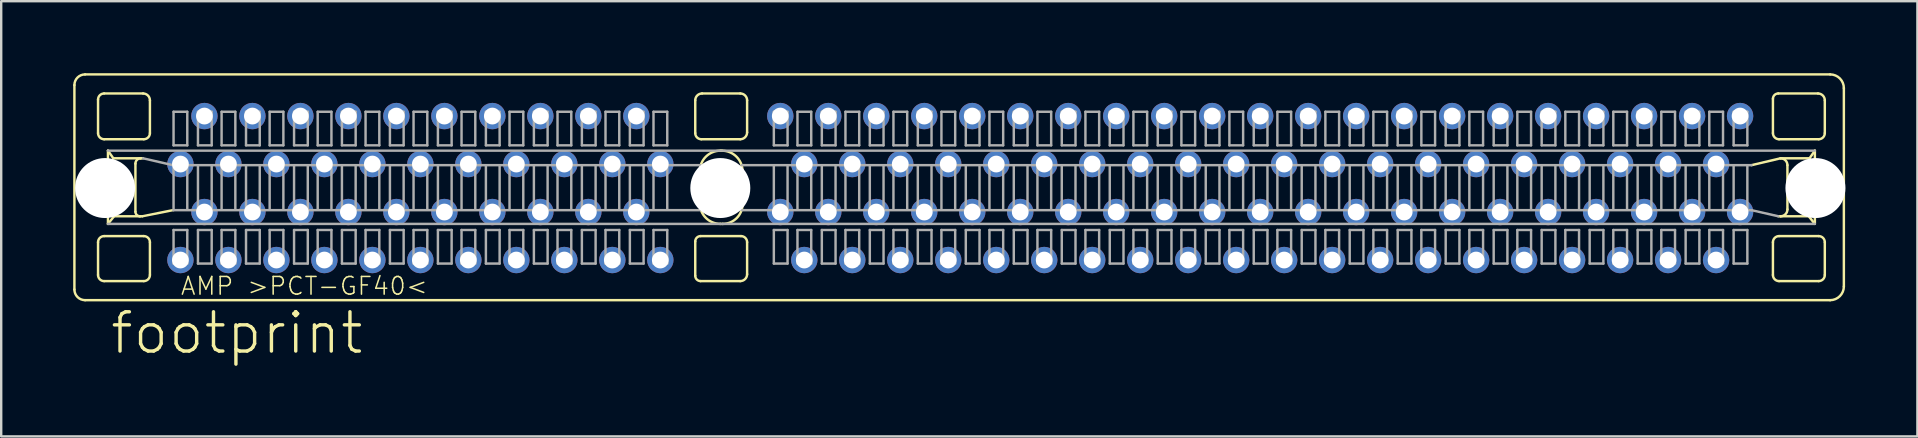
<source format=kicad_pcb>
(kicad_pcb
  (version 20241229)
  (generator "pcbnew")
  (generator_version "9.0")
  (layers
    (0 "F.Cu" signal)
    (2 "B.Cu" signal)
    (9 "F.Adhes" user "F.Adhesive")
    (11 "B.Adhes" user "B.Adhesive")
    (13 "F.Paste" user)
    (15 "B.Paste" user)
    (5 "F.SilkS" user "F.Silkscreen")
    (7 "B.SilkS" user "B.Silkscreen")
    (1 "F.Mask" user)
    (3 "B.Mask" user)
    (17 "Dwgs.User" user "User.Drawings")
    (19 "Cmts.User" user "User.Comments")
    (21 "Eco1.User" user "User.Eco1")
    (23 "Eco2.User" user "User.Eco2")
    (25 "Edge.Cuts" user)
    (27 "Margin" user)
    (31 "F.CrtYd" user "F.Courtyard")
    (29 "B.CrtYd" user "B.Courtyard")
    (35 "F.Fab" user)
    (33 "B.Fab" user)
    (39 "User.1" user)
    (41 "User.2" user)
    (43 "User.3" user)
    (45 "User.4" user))
  (footprint "footprint"
    (layer "F.Cu")
    (at 4.469 4.787)
    (property "Reference" "footprint" (at -3 7 0) (layer "F.SilkS") (effects (font (size 1.636 1.636) (thickness 0.142)) (justify left bottom)))
    (fp_line (start -4.418 -4.291) (end -4.418 4.228) (stroke (width 0.102) (type solid)) (layer "F.SilkS"))
    (fp_line (start -3.973 4.673) (end 68.753 4.673) (stroke (width 0.102) (type solid)) (layer "F.SilkS"))
    (fp_line (start -3.433 -3.687) (end -3.433 -2.288) (stroke (width 0.102) (type solid)) (layer "F.SilkS"))
    (fp_line (start -3.433 2.257) (end -3.433 3.624) (stroke (width 0.102) (type solid)) (layer "F.SilkS"))
    (fp_line (start -3.179 -2.034) (end -1.526 -2.034) (stroke (width 0.102) (type solid)) (layer "F.SilkS"))
    (fp_line (start -3.179 3.878) (end -1.526 3.878) (stroke (width 0.102) (type solid)) (layer "F.SilkS"))
    (fp_line (start -3.02 -1.558) (end -3.02 1.494) (stroke (width 0.102) (type solid)) (layer "F.SilkS"))
    (fp_line (start -3.02 -1.558) (end -2.797 -1.24) (stroke (width 0.102) (type solid)) (layer "F.SilkS"))
    (fp_line (start -3.02 1.494) (end -2.765 1.176) (stroke (width 0.102) (type solid)) (layer "F.SilkS"))
    (fp_line (start -2.797 -1.24) (end -1.653 -1.24) (stroke (width 0.102) (type solid)) (layer "F.SilkS"))
    (fp_line (start -2.765 1.176) (end -1.685 1.176) (stroke (width 0.102) (type solid)) (layer "F.SilkS"))
    (fp_line (start -1.875 -1.017) (end -1.875 0.985) (stroke (width 0.102) (type solid)) (layer "F.SilkS"))
    (fp_line (start -1.685 1.176) (end -1.589 1.176) (stroke (width 0.102) (type solid)) (layer "F.SilkS"))
    (fp_line (start -1.653 -1.24) (end -1.558 -1.24) (stroke (width 0.102) (type solid)) (layer "F.SilkS"))
    (fp_line (start -1.589 1.176) (end -0.318 0.922) (stroke (width 0.102) (type solid)) (layer "F.SilkS"))
    (fp_line (start -1.558 -3.942) (end -3.179 -3.942) (stroke (width 0.102) (type solid)) (layer "F.SilkS"))
    (fp_line (start -1.526 2.002) (end -3.179 2.002) (stroke (width 0.102) (type solid)) (layer "F.SilkS"))
    (fp_line (start -1.271 -2.289) (end -1.271 -3.655) (stroke (width 0.102) (type solid)) (layer "F.SilkS"))
    (fp_line (start -1.271 3.624) (end -1.271 2.257) (stroke (width 0.102) (type solid)) (layer "F.SilkS"))
    (fp_line (start 21.456 -3.655) (end 21.456 -2.289) (stroke (width 0.102) (type solid)) (layer "F.SilkS"))
    (fp_line (start 21.456 2.225) (end 21.456 3.655) (stroke (width 0.102) (type solid)) (layer "F.SilkS"))
    (fp_line (start 21.646 -0.699) (end 21.646 0.636) (stroke (width 0.102) (type solid)) (layer "F.SilkS"))
    (fp_line (start 21.678 3.878) (end 23.331 3.878) (stroke (width 0.102) (type solid)) (layer "F.SilkS"))
    (fp_line (start 21.71 -2.034) (end 23.331 -2.034) (stroke (width 0.102) (type solid)) (layer "F.SilkS"))
    (fp_line (start 22.505 1.494) (end 22.6 1.494) (stroke (width 0.102) (type solid)) (layer "F.SilkS"))
    (fp_line (start 22.568 -1.558) (end 22.505 -1.558) (stroke (width 0.102) (type solid)) (layer "F.SilkS"))
    (fp_line (start 23.331 -3.942) (end 21.742 -3.942) (stroke (width 0.102) (type solid)) (layer "F.SilkS"))
    (fp_line (start 23.363 2.002) (end 21.678 2.002) (stroke (width 0.102) (type solid)) (layer "F.SilkS"))
    (fp_line (start 23.426 0.667) (end 23.426 -0.699) (stroke (width 0.102) (type solid)) (layer "F.SilkS"))
    (fp_line (start 23.617 -2.32) (end 23.617 -3.655) (stroke (width 0.102) (type solid)) (layer "F.SilkS"))
    (fp_line (start 23.617 3.592) (end 23.617 2.257) (stroke (width 0.102) (type solid)) (layer "F.SilkS"))
    (fp_line (start 66.369 -3.719) (end 66.369 -2.289) (stroke (width 0.102) (type solid)) (layer "F.SilkS"))
    (fp_line (start 66.369 2.257) (end 66.369 3.624) (stroke (width 0.102) (type solid)) (layer "F.SilkS"))
    (fp_line (start 66.592 1.176) (end 66.687 1.176) (stroke (width 0.102) (type solid)) (layer "F.SilkS"))
    (fp_line (start 66.624 -2.034) (end 68.276 -2.034) (stroke (width 0.102) (type solid)) (layer "F.SilkS"))
    (fp_line (start 66.624 3.878) (end 68.276 3.878) (stroke (width 0.102) (type solid)) (layer "F.SilkS"))
    (fp_line (start 66.687 -1.24) (end 65.479 -0.954) (stroke (width 0.102) (type solid)) (layer "F.SilkS"))
    (fp_line (start 66.687 1.176) (end 67.863 1.176) (stroke (width 0.102) (type solid)) (layer "F.SilkS"))
    (fp_line (start 66.973 0.89) (end 66.973 -0.954) (stroke (width 0.102) (type solid)) (layer "F.SilkS"))
    (fp_line (start 67.863 1.176) (end 68.086 1.462) (stroke (width 0.102) (type solid)) (layer "F.SilkS"))
    (fp_line (start 67.895 -1.24) (end 66.687 -1.24) (stroke (width 0.102) (type solid)) (layer "F.SilkS"))
    (fp_line (start 68.117 -1.558) (end 67.895 -1.24) (stroke (width 0.102) (type solid)) (layer "F.SilkS"))
    (fp_line (start 68.117 1.494) (end 68.117 -1.558) (stroke (width 0.102) (type solid)) (layer "F.SilkS"))
    (fp_line (start 68.245 -3.942) (end 66.592 -3.942) (stroke (width 0.102) (type solid)) (layer "F.SilkS"))
    (fp_line (start 68.276 2.002) (end 66.624 2.002) (stroke (width 0.102) (type solid)) (layer "F.SilkS"))
    (fp_line (start 68.531 -2.289) (end 68.531 -3.655) (stroke (width 0.102) (type solid)) (layer "F.SilkS"))
    (fp_line (start 68.531 3.624) (end 68.531 2.257) (stroke (width 0.102) (type solid)) (layer "F.SilkS"))
    (fp_line (start 68.753 -4.736) (end -3.973 -4.736) (stroke (width 0.102) (type solid)) (layer "F.SilkS"))
    (fp_line (start 69.325 4.1) (end 69.325 -4.164) (stroke (width 0.102) (type solid)) (layer "F.SilkS"))
    (fp_arc (start -4.4182 -4.2911) (mid -4.287863 -4.605763) (end -3.9732 -4.7361) (stroke (width 0.1016) (type solid)) (layer "F.SilkS"))
    (fp_arc (start -3.9732 4.6725) (mid -4.287863 4.542163) (end -4.4182 4.2275) (stroke (width 0.1016) (type solid)) (layer "F.SilkS"))
    (fp_arc (start -3.4328 -3.6872) (mid -3.358259 -3.866959) (end -3.1785 -3.9415) (stroke (width 0.1016) (type solid)) (layer "F.SilkS"))
    (fp_arc (start -3.4328 2.2568) (mid -3.358317 2.076983) (end -3.1785 2.0025) (stroke (width 0.1016) (type solid)) (layer "F.SilkS"))
    (fp_arc (start -3.1786 -2.0343) (mid -3.358347 -2.108753) (end -3.4328 -2.2885) (stroke (width 0.1016) (type solid)) (layer "F.SilkS"))
    (fp_arc (start -3.1786 3.8779) (mid -3.358347 3.803447) (end -3.4328 3.6237) (stroke (width 0.1016) (type solid)) (layer "F.SilkS"))
    (fp_arc (start -1.8753 -1.0172) (mid -1.810131 -1.174531) (end -1.6528 -1.2397) (stroke (width 0.1016) (type solid)) (layer "F.SilkS"))
    (fp_arc (start -1.6846 1.1761) (mid -1.819445 1.120245) (end -1.8753 0.9854) (stroke (width 0.1016) (type solid)) (layer "F.SilkS"))
    (fp_arc (start -1.5575 -3.9415) (mid -1.355197 -3.857703) (end -1.2714 -3.6554) (stroke (width 0.1016) (type solid)) (layer "F.SilkS"))
    (fp_arc (start -1.5257 2.0025) (mid -1.345853 2.076953) (end -1.2714 2.2568) (stroke (width 0.1016) (type solid)) (layer "F.SilkS"))
    (fp_arc (start -1.2714 -2.2886) (mid -1.345853 -2.108753) (end -1.5257 -2.0343) (stroke (width 0.1016) (type solid)) (layer "F.SilkS"))
    (fp_arc (start -1.2714 3.6236) (mid -1.345883 3.803417) (end -1.5257 3.8779) (stroke (width 0.1016) (type solid)) (layer "F.SilkS"))
    (fp_arc (start 21.4556 -3.6554) (mid 21.539397 -3.857703) (end 21.7417 -3.9415) (stroke (width 0.1016) (type solid)) (layer "F.SilkS"))
    (fp_arc (start 21.4556 2.225) (mid 21.520769 2.067669) (end 21.6781 2.0025) (stroke (width 0.1016) (type solid)) (layer "F.SilkS"))
    (fp_arc (start 21.646299 -0.699299) (mid 21.897631 -1.306168) (end 22.5045 -1.5575) (stroke (width 0.1016) (type solid)) (layer "F.SilkS"))
    (fp_arc (start 21.678099 3.877899) (mid 21.520827 3.812672) (end 21.4556 3.6554) (stroke (width 0.1016) (type solid)) (layer "F.SilkS"))
    (fp_arc (start 21.7099 -2.0343) (mid 21.530083 -2.108783) (end 21.4556 -2.2886) (stroke (width 0.1016) (type solid)) (layer "F.SilkS"))
    (fp_arc (start 22.5045 1.4939) (mid 21.897661 1.242539) (end 21.6463 0.6357) (stroke (width 0.1016) (type solid)) (layer "F.SilkS"))
    (fp_arc (start 22.5681 -1.5575) (mid 23.174939 -1.306139) (end 23.4263 -0.6993) (stroke (width 0.1016) (type solid)) (layer "F.SilkS"))
    (fp_arc (start 23.331 -3.9415) (mid 23.533233 -3.857733) (end 23.617 -3.6555) (stroke (width 0.1016) (type solid)) (layer "F.SilkS"))
    (fp_arc (start 23.3628 2.0025) (mid 23.542547 2.076953) (end 23.617 2.2567) (stroke (width 0.1016) (type solid)) (layer "F.SilkS"))
    (fp_arc (start 23.4263 0.6675) (mid 23.184253 1.251853) (end 22.5999 1.4939) (stroke (width 0.1016) (type solid)) (layer "F.SilkS"))
    (fp_arc (start 23.616999 -2.320399) (mid 23.533232 -2.118067) (end 23.3309 -2.0343) (stroke (width 0.1016) (type solid)) (layer "F.SilkS"))
    (fp_arc (start 23.617 3.5918) (mid 23.533203 3.794103) (end 23.3309 3.8779) (stroke (width 0.1016) (type solid)) (layer "F.SilkS"))
    (fp_arc (start 66.3692 -3.719) (mid 66.434369 -3.876331) (end 66.5917 -3.9415) (stroke (width 0.1016) (type solid)) (layer "F.SilkS"))
    (fp_arc (start 66.3692 2.2568) (mid 66.443683 2.076983) (end 66.6235 2.0025) (stroke (width 0.1016) (type solid)) (layer "F.SilkS"))
    (fp_arc (start 66.623499 3.877899) (mid 66.443741 3.803358) (end 66.3692 3.6236) (stroke (width 0.1016) (type solid)) (layer "F.SilkS"))
    (fp_arc (start 66.6235 -2.0343) (mid 66.443683 -2.108783) (end 66.3692 -2.2886) (stroke (width 0.1016) (type solid)) (layer "F.SilkS"))
    (fp_arc (start 66.6871 -1.2397) (mid 66.889333 -1.155933) (end 66.9731 -0.9537) (stroke (width 0.1016) (type solid)) (layer "F.SilkS"))
    (fp_arc (start 66.9731 0.8901) (mid 66.889333 1.092333) (end 66.6871 1.1761) (stroke (width 0.1016) (type solid)) (layer "F.SilkS"))
    (fp_arc (start 68.2446 -3.9415) (mid 68.446903 -3.857703) (end 68.5307 -3.6554) (stroke (width 0.1016) (type solid)) (layer "F.SilkS"))
    (fp_arc (start 68.276399 2.002499) (mid 68.456276 2.076923) (end 68.5307 2.2568) (stroke (width 0.1016) (type solid)) (layer "F.SilkS"))
    (fp_arc (start 68.530699 -2.288601) (mid 68.456246 -2.108754) (end 68.2764 -2.0343) (stroke (width 0.1016) (type solid)) (layer "F.SilkS"))
    (fp_arc (start 68.5307 3.6236) (mid 68.456217 3.803417) (end 68.2764 3.8779) (stroke (width 0.1016) (type solid)) (layer "F.SilkS"))
    (fp_arc (start 68.7532 -4.7361) (mid 69.157736 -4.568536) (end 69.3253 -4.164) (stroke (width 0.1016) (type solid)) (layer "F.SilkS"))
    (fp_arc (start 69.3253 4.1004) (mid 69.157736 4.504936) (end 68.7532 4.6725) (stroke (width 0.1016) (type solid)) (layer "F.SilkS"))
    (fp_line (start -3.02 1.494) (end 22.505 1.494) (stroke (width 0.102) (type solid)) (layer "F.Fab"))
    (fp_line (start -1.558 -1.24) (end -0.318 -0.954) (stroke (width 0.102) (type solid)) (layer "F.Fab"))
    (fp_line (start -0.286 -3.179) (end -0.286 -1.78) (stroke (width 0.102) (type solid)) (layer "F.Fab"))
    (fp_line (start -0.286 -1.78) (end 0.286 -1.78) (stroke (width 0.102) (type solid)) (layer "F.Fab"))
    (fp_line (start -0.286 -0.954) (end -0.286 0.922) (stroke (width 0.102) (type solid)) (layer "F.Fab"))
    (fp_line (start -0.286 0.922) (end 21.678 0.922) (stroke (width 0.102) (type solid)) (layer "F.Fab"))
    (fp_line (start -0.286 1.748) (end -0.286 3.147) (stroke (width 0.102) (type solid)) (layer "F.Fab"))
    (fp_line (start -0.286 3.147) (end 0.286 3.147) (stroke (width 0.102) (type solid)) (layer "F.Fab"))
    (fp_line (start 0.286 -3.179) (end -0.286 -3.179) (stroke (width 0.102) (type solid)) (layer "F.Fab"))
    (fp_line (start 0.286 -1.78) (end 0.286 -3.179) (stroke (width 0.102) (type solid)) (layer "F.Fab"))
    (fp_line (start 0.286 -0.922) (end 0.286 0.89) (stroke (width 0.102) (type solid)) (layer "F.Fab"))
    (fp_line (start 0.286 1.748) (end -0.286 1.748) (stroke (width 0.102) (type solid)) (layer "F.Fab"))
    (fp_line (start 0.286 3.147) (end 0.286 1.748) (stroke (width 0.102) (type solid)) (layer "F.Fab"))
    (fp_line (start 0.731 -3.179) (end 0.731 -1.78) (stroke (width 0.102) (type solid)) (layer "F.Fab"))
    (fp_line (start 0.731 -1.78) (end 1.303 -1.78) (stroke (width 0.102) (type solid)) (layer "F.Fab"))
    (fp_line (start 0.731 -0.922) (end 0.731 0.89) (stroke (width 0.102) (type solid)) (layer "F.Fab"))
    (fp_line (start 0.731 1.748) (end 0.731 3.147) (stroke (width 0.102) (type solid)) (layer "F.Fab"))
    (fp_line (start 0.731 3.147) (end 1.303 3.147) (stroke (width 0.102) (type solid)) (layer "F.Fab"))
    (fp_line (start 1.303 -3.179) (end 0.731 -3.179) (stroke (width 0.102) (type solid)) (layer "F.Fab"))
    (fp_line (start 1.303 -1.78) (end 1.303 -3.179) (stroke (width 0.102) (type solid)) (layer "F.Fab"))
    (fp_line (start 1.303 -0.922) (end 1.303 0.89) (stroke (width 0.102) (type solid)) (layer "F.Fab"))
    (fp_line (start 1.303 1.748) (end 0.731 1.748) (stroke (width 0.102) (type solid)) (layer "F.Fab"))
    (fp_line (start 1.303 3.147) (end 1.303 1.748) (stroke (width 0.102) (type solid)) (layer "F.Fab"))
    (fp_line (start 1.716 -3.179) (end 1.716 -1.78) (stroke (width 0.102) (type solid)) (layer "F.Fab"))
    (fp_line (start 1.716 -1.78) (end 2.289 -1.78) (stroke (width 0.102) (type solid)) (layer "F.Fab"))
    (fp_line (start 1.716 -0.922) (end 1.716 0.89) (stroke (width 0.102) (type solid)) (layer "F.Fab"))
    (fp_line (start 1.716 1.748) (end 1.716 3.147) (stroke (width 0.102) (type solid)) (layer "F.Fab"))
    (fp_line (start 1.716 3.147) (end 2.289 3.147) (stroke (width 0.102) (type solid)) (layer "F.Fab"))
    (fp_line (start 2.289 -3.179) (end 1.716 -3.179) (stroke (width 0.102) (type solid)) (layer "F.Fab"))
    (fp_line (start 2.289 -1.78) (end 2.289 -3.179) (stroke (width 0.102) (type solid)) (layer "F.Fab"))
    (fp_line (start 2.289 -0.922) (end 2.289 0.89) (stroke (width 0.102) (type solid)) (layer "F.Fab"))
    (fp_line (start 2.289 1.748) (end 1.716 1.748) (stroke (width 0.102) (type solid)) (layer "F.Fab"))
    (fp_line (start 2.289 3.147) (end 2.289 1.748) (stroke (width 0.102) (type solid)) (layer "F.Fab"))
    (fp_line (start 2.734 -3.179) (end 2.734 -1.78) (stroke (width 0.102) (type solid)) (layer "F.Fab"))
    (fp_line (start 2.734 -1.78) (end 3.306 -1.78) (stroke (width 0.102) (type solid)) (layer "F.Fab"))
    (fp_line (start 2.734 -0.922) (end 2.734 0.89) (stroke (width 0.102) (type solid)) (layer "F.Fab"))
    (fp_line (start 2.734 1.748) (end 2.734 3.147) (stroke (width 0.102) (type solid)) (layer "F.Fab"))
    (fp_line (start 2.734 3.147) (end 3.306 3.147) (stroke (width 0.102) (type solid)) (layer "F.Fab"))
    (fp_line (start 3.306 -3.179) (end 2.734 -3.179) (stroke (width 0.102) (type solid)) (layer "F.Fab"))
    (fp_line (start 3.306 -1.78) (end 3.306 -3.179) (stroke (width 0.102) (type solid)) (layer "F.Fab"))
    (fp_line (start 3.306 -0.922) (end 3.306 0.89) (stroke (width 0.102) (type solid)) (layer "F.Fab"))
    (fp_line (start 3.306 1.748) (end 2.734 1.748) (stroke (width 0.102) (type solid)) (layer "F.Fab"))
    (fp_line (start 3.306 3.147) (end 3.306 1.748) (stroke (width 0.102) (type solid)) (layer "F.Fab"))
    (fp_line (start 3.719 -3.179) (end 3.719 -1.78) (stroke (width 0.102) (type solid)) (layer "F.Fab"))
    (fp_line (start 3.719 -1.78) (end 4.291 -1.78) (stroke (width 0.102) (type solid)) (layer "F.Fab"))
    (fp_line (start 3.719 -0.922) (end 3.719 0.89) (stroke (width 0.102) (type solid)) (layer "F.Fab"))
    (fp_line (start 3.719 1.748) (end 3.719 3.147) (stroke (width 0.102) (type solid)) (layer "F.Fab"))
    (fp_line (start 3.719 3.147) (end 4.291 3.147) (stroke (width 0.102) (type solid)) (layer "F.Fab"))
    (fp_line (start 4.291 -3.179) (end 3.719 -3.179) (stroke (width 0.102) (type solid)) (layer "F.Fab"))
    (fp_line (start 4.291 -1.78) (end 4.291 -3.179) (stroke (width 0.102) (type solid)) (layer "F.Fab"))
    (fp_line (start 4.291 -0.922) (end 4.291 0.89) (stroke (width 0.102) (type solid)) (layer "F.Fab"))
    (fp_line (start 4.291 1.748) (end 3.719 1.748) (stroke (width 0.102) (type solid)) (layer "F.Fab"))
    (fp_line (start 4.291 3.147) (end 4.291 1.748) (stroke (width 0.102) (type solid)) (layer "F.Fab"))
    (fp_line (start 4.736 -3.179) (end 4.736 -1.78) (stroke (width 0.102) (type solid)) (layer "F.Fab"))
    (fp_line (start 4.736 -1.78) (end 5.308 -1.78) (stroke (width 0.102) (type solid)) (layer "F.Fab"))
    (fp_line (start 4.736 -0.922) (end 4.736 0.89) (stroke (width 0.102) (type solid)) (layer "F.Fab"))
    (fp_line (start 4.736 1.748) (end 4.736 3.147) (stroke (width 0.102) (type solid)) (layer "F.Fab"))
    (fp_line (start 4.736 3.147) (end 5.308 3.147) (stroke (width 0.102) (type solid)) (layer "F.Fab"))
    (fp_line (start 5.308 -3.179) (end 4.736 -3.179) (stroke (width 0.102) (type solid)) (layer "F.Fab"))
    (fp_line (start 5.308 -1.78) (end 5.308 -3.179) (stroke (width 0.102) (type solid)) (layer "F.Fab"))
    (fp_line (start 5.308 -0.922) (end 5.308 0.89) (stroke (width 0.102) (type solid)) (layer "F.Fab"))
    (fp_line (start 5.308 1.748) (end 4.736 1.748) (stroke (width 0.102) (type solid)) (layer "F.Fab"))
    (fp_line (start 5.308 3.147) (end 5.308 1.748) (stroke (width 0.102) (type solid)) (layer "F.Fab"))
    (fp_line (start 5.721 -3.179) (end 5.721 -1.78) (stroke (width 0.102) (type solid)) (layer "F.Fab"))
    (fp_line (start 5.721 -1.78) (end 6.294 -1.78) (stroke (width 0.102) (type solid)) (layer "F.Fab"))
    (fp_line (start 5.721 -0.922) (end 5.721 0.89) (stroke (width 0.102) (type solid)) (layer "F.Fab"))
    (fp_line (start 5.721 1.748) (end 5.721 3.147) (stroke (width 0.102) (type solid)) (layer "F.Fab"))
    (fp_line (start 5.721 3.147) (end 6.294 3.147) (stroke (width 0.102) (type solid)) (layer "F.Fab"))
    (fp_line (start 6.294 -3.179) (end 5.721 -3.179) (stroke (width 0.102) (type solid)) (layer "F.Fab"))
    (fp_line (start 6.294 -1.78) (end 6.294 -3.179) (stroke (width 0.102) (type solid)) (layer "F.Fab"))
    (fp_line (start 6.294 -0.922) (end 6.294 0.89) (stroke (width 0.102) (type solid)) (layer "F.Fab"))
    (fp_line (start 6.294 1.748) (end 5.721 1.748) (stroke (width 0.102) (type solid)) (layer "F.Fab"))
    (fp_line (start 6.294 3.147) (end 6.294 1.748) (stroke (width 0.102) (type solid)) (layer "F.Fab"))
    (fp_line (start 6.731 -3.179) (end 6.731 -1.78) (stroke (width 0.102) (type solid)) (layer "F.Fab"))
    (fp_line (start 6.731 -1.78) (end 7.303 -1.78) (stroke (width 0.102) (type solid)) (layer "F.Fab"))
    (fp_line (start 6.731 -0.922) (end 6.731 0.89) (stroke (width 0.102) (type solid)) (layer "F.Fab"))
    (fp_line (start 6.731 1.748) (end 6.731 3.147) (stroke (width 0.102) (type solid)) (layer "F.Fab"))
    (fp_line (start 6.731 3.147) (end 7.303 3.147) (stroke (width 0.102) (type solid)) (layer "F.Fab"))
    (fp_line (start 7.303 -3.179) (end 6.731 -3.179) (stroke (width 0.102) (type solid)) (layer "F.Fab"))
    (fp_line (start 7.303 -1.78) (end 7.303 -3.179) (stroke (width 0.102) (type solid)) (layer "F.Fab"))
    (fp_line (start 7.303 -0.922) (end 7.303 0.89) (stroke (width 0.102) (type solid)) (layer "F.Fab"))
    (fp_line (start 7.303 1.748) (end 6.731 1.748) (stroke (width 0.102) (type solid)) (layer "F.Fab"))
    (fp_line (start 7.303 3.147) (end 7.303 1.748) (stroke (width 0.102) (type solid)) (layer "F.Fab"))
    (fp_line (start 7.716 -3.179) (end 7.716 -1.78) (stroke (width 0.102) (type solid)) (layer "F.Fab"))
    (fp_line (start 7.716 -1.78) (end 8.289 -1.78) (stroke (width 0.102) (type solid)) (layer "F.Fab"))
    (fp_line (start 7.716 -0.922) (end 7.716 0.89) (stroke (width 0.102) (type solid)) (layer "F.Fab"))
    (fp_line (start 7.716 1.748) (end 7.716 3.147) (stroke (width 0.102) (type solid)) (layer "F.Fab"))
    (fp_line (start 7.716 3.147) (end 8.289 3.147) (stroke (width 0.102) (type solid)) (layer "F.Fab"))
    (fp_line (start 8.289 -3.179) (end 7.716 -3.179) (stroke (width 0.102) (type solid)) (layer "F.Fab"))
    (fp_line (start 8.289 -1.78) (end 8.289 -3.179) (stroke (width 0.102) (type solid)) (layer "F.Fab"))
    (fp_line (start 8.289 -0.922) (end 8.289 0.89) (stroke (width 0.102) (type solid)) (layer "F.Fab"))
    (fp_line (start 8.289 1.748) (end 7.716 1.748) (stroke (width 0.102) (type solid)) (layer "F.Fab"))
    (fp_line (start 8.289 3.147) (end 8.289 1.748) (stroke (width 0.102) (type solid)) (layer "F.Fab"))
    (fp_line (start 8.731 -3.179) (end 8.731 -1.78) (stroke (width 0.102) (type solid)) (layer "F.Fab"))
    (fp_line (start 8.731 -1.78) (end 9.303 -1.78) (stroke (width 0.102) (type solid)) (layer "F.Fab"))
    (fp_line (start 8.731 -0.922) (end 8.731 0.89) (stroke (width 0.102) (type solid)) (layer "F.Fab"))
    (fp_line (start 8.731 1.748) (end 8.731 3.147) (stroke (width 0.102) (type solid)) (layer "F.Fab"))
    (fp_line (start 8.731 3.147) (end 9.303 3.147) (stroke (width 0.102) (type solid)) (layer "F.Fab"))
    (fp_line (start 9.303 -3.179) (end 8.731 -3.179) (stroke (width 0.102) (type solid)) (layer "F.Fab"))
    (fp_line (start 9.303 -1.78) (end 9.303 -3.179) (stroke (width 0.102) (type solid)) (layer "F.Fab"))
    (fp_line (start 9.303 -0.922) (end 9.303 0.89) (stroke (width 0.102) (type solid)) (layer "F.Fab"))
    (fp_line (start 9.303 1.748) (end 8.731 1.748) (stroke (width 0.102) (type solid)) (layer "F.Fab"))
    (fp_line (start 9.303 3.147) (end 9.303 1.748) (stroke (width 0.102) (type solid)) (layer "F.Fab"))
    (fp_line (start 9.716 -3.179) (end 9.716 -1.78) (stroke (width 0.102) (type solid)) (layer "F.Fab"))
    (fp_line (start 9.716 -1.78) (end 10.289 -1.78) (stroke (width 0.102) (type solid)) (layer "F.Fab"))
    (fp_line (start 9.716 -0.922) (end 9.716 0.89) (stroke (width 0.102) (type solid)) (layer "F.Fab"))
    (fp_line (start 9.716 1.748) (end 9.716 3.147) (stroke (width 0.102) (type solid)) (layer "F.Fab"))
    (fp_line (start 9.716 3.147) (end 10.289 3.147) (stroke (width 0.102) (type solid)) (layer "F.Fab"))
    (fp_line (start 10.289 -3.179) (end 9.716 -3.179) (stroke (width 0.102) (type solid)) (layer "F.Fab"))
    (fp_line (start 10.289 -1.78) (end 10.289 -3.179) (stroke (width 0.102) (type solid)) (layer "F.Fab"))
    (fp_line (start 10.289 -0.922) (end 10.289 0.89) (stroke (width 0.102) (type solid)) (layer "F.Fab"))
    (fp_line (start 10.289 1.748) (end 9.716 1.748) (stroke (width 0.102) (type solid)) (layer "F.Fab"))
    (fp_line (start 10.289 3.147) (end 10.289 1.748) (stroke (width 0.102) (type solid)) (layer "F.Fab"))
    (fp_line (start 10.731 -3.179) (end 10.731 -1.78) (stroke (width 0.102) (type solid)) (layer "F.Fab"))
    (fp_line (start 10.731 -1.78) (end 11.303 -1.78) (stroke (width 0.102) (type solid)) (layer "F.Fab"))
    (fp_line (start 10.731 -0.922) (end 10.731 0.89) (stroke (width 0.102) (type solid)) (layer "F.Fab"))
    (fp_line (start 10.731 1.748) (end 10.731 3.147) (stroke (width 0.102) (type solid)) (layer "F.Fab"))
    (fp_line (start 10.731 3.147) (end 11.303 3.147) (stroke (width 0.102) (type solid)) (layer "F.Fab"))
    (fp_line (start 11.303 -3.179) (end 10.731 -3.179) (stroke (width 0.102) (type solid)) (layer "F.Fab"))
    (fp_line (start 11.303 -1.78) (end 11.303 -3.179) (stroke (width 0.102) (type solid)) (layer "F.Fab"))
    (fp_line (start 11.303 -0.922) (end 11.303 0.89) (stroke (width 0.102) (type solid)) (layer "F.Fab"))
    (fp_line (start 11.303 1.748) (end 10.731 1.748) (stroke (width 0.102) (type solid)) (layer "F.Fab"))
    (fp_line (start 11.303 3.147) (end 11.303 1.748) (stroke (width 0.102) (type solid)) (layer "F.Fab"))
    (fp_line (start 11.716 -3.179) (end 11.716 -1.78) (stroke (width 0.102) (type solid)) (layer "F.Fab"))
    (fp_line (start 11.716 -1.78) (end 12.289 -1.78) (stroke (width 0.102) (type solid)) (layer "F.Fab"))
    (fp_line (start 11.716 -0.922) (end 11.716 0.89) (stroke (width 0.102) (type solid)) (layer "F.Fab"))
    (fp_line (start 11.716 1.748) (end 11.716 3.147) (stroke (width 0.102) (type solid)) (layer "F.Fab"))
    (fp_line (start 11.716 3.147) (end 12.289 3.147) (stroke (width 0.102) (type solid)) (layer "F.Fab"))
    (fp_line (start 12.289 -3.179) (end 11.716 -3.179) (stroke (width 0.102) (type solid)) (layer "F.Fab"))
    (fp_line (start 12.289 -1.78) (end 12.289 -3.179) (stroke (width 0.102) (type solid)) (layer "F.Fab"))
    (fp_line (start 12.289 -0.922) (end 12.289 0.89) (stroke (width 0.102) (type solid)) (layer "F.Fab"))
    (fp_line (start 12.289 1.748) (end 11.716 1.748) (stroke (width 0.102) (type solid)) (layer "F.Fab"))
    (fp_line (start 12.289 3.147) (end 12.289 1.748) (stroke (width 0.102) (type solid)) (layer "F.Fab"))
    (fp_line (start 12.731 -3.179) (end 12.731 -1.78) (stroke (width 0.102) (type solid)) (layer "F.Fab"))
    (fp_line (start 12.731 -1.78) (end 13.303 -1.78) (stroke (width 0.102) (type solid)) (layer "F.Fab"))
    (fp_line (start 12.731 -0.922) (end 12.731 0.89) (stroke (width 0.102) (type solid)) (layer "F.Fab"))
    (fp_line (start 12.731 1.748) (end 12.731 3.147) (stroke (width 0.102) (type solid)) (layer "F.Fab"))
    (fp_line (start 12.731 3.147) (end 13.303 3.147) (stroke (width 0.102) (type solid)) (layer "F.Fab"))
    (fp_line (start 13.303 -3.179) (end 12.731 -3.179) (stroke (width 0.102) (type solid)) (layer "F.Fab"))
    (fp_line (start 13.303 -1.78) (end 13.303 -3.179) (stroke (width 0.102) (type solid)) (layer "F.Fab"))
    (fp_line (start 13.303 -0.922) (end 13.303 0.89) (stroke (width 0.102) (type solid)) (layer "F.Fab"))
    (fp_line (start 13.303 1.748) (end 12.731 1.748) (stroke (width 0.102) (type solid)) (layer "F.Fab"))
    (fp_line (start 13.303 3.147) (end 13.303 1.748) (stroke (width 0.102) (type solid)) (layer "F.Fab"))
    (fp_line (start 13.716 -3.179) (end 13.716 -1.78) (stroke (width 0.102) (type solid)) (layer "F.Fab"))
    (fp_line (start 13.716 -1.78) (end 14.289 -1.78) (stroke (width 0.102) (type solid)) (layer "F.Fab"))
    (fp_line (start 13.716 -0.922) (end 13.716 0.89) (stroke (width 0.102) (type solid)) (layer "F.Fab"))
    (fp_line (start 13.716 1.748) (end 13.716 3.147) (stroke (width 0.102) (type solid)) (layer "F.Fab"))
    (fp_line (start 13.716 3.147) (end 14.289 3.147) (stroke (width 0.102) (type solid)) (layer "F.Fab"))
    (fp_line (start 14.289 -3.179) (end 13.716 -3.179) (stroke (width 0.102) (type solid)) (layer "F.Fab"))
    (fp_line (start 14.289 -1.78) (end 14.289 -3.179) (stroke (width 0.102) (type solid)) (layer "F.Fab"))
    (fp_line (start 14.289 -0.922) (end 14.289 0.89) (stroke (width 0.102) (type solid)) (layer "F.Fab"))
    (fp_line (start 14.289 1.748) (end 13.716 1.748) (stroke (width 0.102) (type solid)) (layer "F.Fab"))
    (fp_line (start 14.289 3.147) (end 14.289 1.748) (stroke (width 0.102) (type solid)) (layer "F.Fab"))
    (fp_line (start 14.731 -3.179) (end 14.731 -1.78) (stroke (width 0.102) (type solid)) (layer "F.Fab"))
    (fp_line (start 14.731 -1.78) (end 15.303 -1.78) (stroke (width 0.102) (type solid)) (layer "F.Fab"))
    (fp_line (start 14.731 -0.922) (end 14.731 0.89) (stroke (width 0.102) (type solid)) (layer "F.Fab"))
    (fp_line (start 14.731 1.748) (end 14.731 3.147) (stroke (width 0.102) (type solid)) (layer "F.Fab"))
    (fp_line (start 14.731 3.147) (end 15.303 3.147) (stroke (width 0.102) (type solid)) (layer "F.Fab"))
    (fp_line (start 15.303 -3.179) (end 14.731 -3.179) (stroke (width 0.102) (type solid)) (layer "F.Fab"))
    (fp_line (start 15.303 -1.78) (end 15.303 -3.179) (stroke (width 0.102) (type solid)) (layer "F.Fab"))
    (fp_line (start 15.303 -0.922) (end 15.303 0.89) (stroke (width 0.102) (type solid)) (layer "F.Fab"))
    (fp_line (start 15.303 1.748) (end 14.731 1.748) (stroke (width 0.102) (type solid)) (layer "F.Fab"))
    (fp_line (start 15.303 3.147) (end 15.303 1.748) (stroke (width 0.102) (type solid)) (layer "F.Fab"))
    (fp_line (start 15.716 -3.179) (end 15.716 -1.78) (stroke (width 0.102) (type solid)) (layer "F.Fab"))
    (fp_line (start 15.716 -1.78) (end 16.289 -1.78) (stroke (width 0.102) (type solid)) (layer "F.Fab"))
    (fp_line (start 15.716 -0.922) (end 15.716 0.89) (stroke (width 0.102) (type solid)) (layer "F.Fab"))
    (fp_line (start 15.716 1.748) (end 15.716 3.147) (stroke (width 0.102) (type solid)) (layer "F.Fab"))
    (fp_line (start 15.716 3.147) (end 16.289 3.147) (stroke (width 0.102) (type solid)) (layer "F.Fab"))
    (fp_line (start 16.289 -3.179) (end 15.716 -3.179) (stroke (width 0.102) (type solid)) (layer "F.Fab"))
    (fp_line (start 16.289 -1.78) (end 16.289 -3.179) (stroke (width 0.102) (type solid)) (layer "F.Fab"))
    (fp_line (start 16.289 -0.922) (end 16.289 0.89) (stroke (width 0.102) (type solid)) (layer "F.Fab"))
    (fp_line (start 16.289 1.748) (end 15.716 1.748) (stroke (width 0.102) (type solid)) (layer "F.Fab"))
    (fp_line (start 16.289 3.147) (end 16.289 1.748) (stroke (width 0.102) (type solid)) (layer "F.Fab"))
    (fp_line (start 16.731 -3.179) (end 16.731 -1.78) (stroke (width 0.102) (type solid)) (layer "F.Fab"))
    (fp_line (start 16.731 -1.78) (end 17.303 -1.78) (stroke (width 0.102) (type solid)) (layer "F.Fab"))
    (fp_line (start 16.731 -0.922) (end 16.731 0.89) (stroke (width 0.102) (type solid)) (layer "F.Fab"))
    (fp_line (start 16.731 1.748) (end 16.731 3.147) (stroke (width 0.102) (type solid)) (layer "F.Fab"))
    (fp_line (start 16.731 3.147) (end 17.303 3.147) (stroke (width 0.102) (type solid)) (layer "F.Fab"))
    (fp_line (start 17.303 -3.179) (end 16.731 -3.179) (stroke (width 0.102) (type solid)) (layer "F.Fab"))
    (fp_line (start 17.303 -1.78) (end 17.303 -3.179) (stroke (width 0.102) (type solid)) (layer "F.Fab"))
    (fp_line (start 17.303 -0.922) (end 17.303 0.89) (stroke (width 0.102) (type solid)) (layer "F.Fab"))
    (fp_line (start 17.303 1.748) (end 16.731 1.748) (stroke (width 0.102) (type solid)) (layer "F.Fab"))
    (fp_line (start 17.303 3.147) (end 17.303 1.748) (stroke (width 0.102) (type solid)) (layer "F.Fab"))
    (fp_line (start 17.716 -3.179) (end 17.716 -1.78) (stroke (width 0.102) (type solid)) (layer "F.Fab"))
    (fp_line (start 17.716 -1.78) (end 18.289 -1.78) (stroke (width 0.102) (type solid)) (layer "F.Fab"))
    (fp_line (start 17.716 -0.922) (end 17.716 0.89) (stroke (width 0.102) (type solid)) (layer "F.Fab"))
    (fp_line (start 17.716 1.748) (end 17.716 3.147) (stroke (width 0.102) (type solid)) (layer "F.Fab"))
    (fp_line (start 17.716 3.147) (end 18.289 3.147) (stroke (width 0.102) (type solid)) (layer "F.Fab"))
    (fp_line (start 18.289 -3.179) (end 17.716 -3.179) (stroke (width 0.102) (type solid)) (layer "F.Fab"))
    (fp_line (start 18.289 -1.78) (end 18.289 -3.179) (stroke (width 0.102) (type solid)) (layer "F.Fab"))
    (fp_line (start 18.289 -0.922) (end 18.289 0.89) (stroke (width 0.102) (type solid)) (layer "F.Fab"))
    (fp_line (start 18.289 1.748) (end 17.716 1.748) (stroke (width 0.102) (type solid)) (layer "F.Fab"))
    (fp_line (start 18.289 3.147) (end 18.289 1.748) (stroke (width 0.102) (type solid)) (layer "F.Fab"))
    (fp_line (start 18.731 -3.179) (end 18.731 -1.78) (stroke (width 0.102) (type solid)) (layer "F.Fab"))
    (fp_line (start 18.731 -1.78) (end 19.303 -1.78) (stroke (width 0.102) (type solid)) (layer "F.Fab"))
    (fp_line (start 18.731 -0.922) (end 18.731 0.89) (stroke (width 0.102) (type solid)) (layer "F.Fab"))
    (fp_line (start 18.731 1.748) (end 18.731 3.147) (stroke (width 0.102) (type solid)) (layer "F.Fab"))
    (fp_line (start 18.731 3.147) (end 19.303 3.147) (stroke (width 0.102) (type solid)) (layer "F.Fab"))
    (fp_line (start 19.303 -3.179) (end 18.731 -3.179) (stroke (width 0.102) (type solid)) (layer "F.Fab"))
    (fp_line (start 19.303 -1.78) (end 19.303 -3.179) (stroke (width 0.102) (type solid)) (layer "F.Fab"))
    (fp_line (start 19.303 -0.922) (end 19.303 0.89) (stroke (width 0.102) (type solid)) (layer "F.Fab"))
    (fp_line (start 19.303 1.748) (end 18.731 1.748) (stroke (width 0.102) (type solid)) (layer "F.Fab"))
    (fp_line (start 19.303 3.147) (end 19.303 1.748) (stroke (width 0.102) (type solid)) (layer "F.Fab"))
    (fp_line (start 19.716 -3.179) (end 19.716 -1.78) (stroke (width 0.102) (type solid)) (layer "F.Fab"))
    (fp_line (start 19.716 -1.78) (end 20.289 -1.78) (stroke (width 0.102) (type solid)) (layer "F.Fab"))
    (fp_line (start 19.716 -0.922) (end 19.716 0.89) (stroke (width 0.102) (type solid)) (layer "F.Fab"))
    (fp_line (start 19.716 1.748) (end 19.716 3.147) (stroke (width 0.102) (type solid)) (layer "F.Fab"))
    (fp_line (start 19.716 3.147) (end 20.289 3.147) (stroke (width 0.102) (type solid)) (layer "F.Fab"))
    (fp_line (start 20.289 -3.179) (end 19.716 -3.179) (stroke (width 0.102) (type solid)) (layer "F.Fab"))
    (fp_line (start 20.289 -1.78) (end 20.289 -3.179) (stroke (width 0.102) (type solid)) (layer "F.Fab"))
    (fp_line (start 20.289 -0.922) (end 20.289 0.89) (stroke (width 0.102) (type solid)) (layer "F.Fab"))
    (fp_line (start 20.289 1.748) (end 19.716 1.748) (stroke (width 0.102) (type solid)) (layer "F.Fab"))
    (fp_line (start 20.289 3.147) (end 20.289 1.748) (stroke (width 0.102) (type solid)) (layer "F.Fab"))
    (fp_line (start 21.678 -0.954) (end -0.286 -0.954) (stroke (width 0.102) (type solid)) (layer "F.Fab"))
    (fp_line (start 22.505 -1.558) (end -3.02 -1.558) (stroke (width 0.102) (type solid)) (layer "F.Fab"))
    (fp_line (start 22.568 1.494) (end 68.117 1.494) (stroke (width 0.102) (type solid)) (layer "F.Fab"))
    (fp_line (start 23.395 0.922) (end 65.479 0.922) (stroke (width 0.102) (type solid)) (layer "F.Fab"))
    (fp_line (start 24.731 -3.179) (end 24.731 -1.78) (stroke (width 0.102) (type solid)) (layer "F.Fab"))
    (fp_line (start 24.731 -1.78) (end 25.303 -1.78) (stroke (width 0.102) (type solid)) (layer "F.Fab"))
    (fp_line (start 24.731 -0.922) (end 24.731 0.89) (stroke (width 0.102) (type solid)) (layer "F.Fab"))
    (fp_line (start 24.731 1.748) (end 24.731 3.147) (stroke (width 0.102) (type solid)) (layer "F.Fab"))
    (fp_line (start 24.731 3.147) (end 25.303 3.147) (stroke (width 0.102) (type solid)) (layer "F.Fab"))
    (fp_line (start 25.303 -3.179) (end 24.731 -3.179) (stroke (width 0.102) (type solid)) (layer "F.Fab"))
    (fp_line (start 25.303 -1.78) (end 25.303 -3.179) (stroke (width 0.102) (type solid)) (layer "F.Fab"))
    (fp_line (start 25.303 -0.922) (end 25.303 0.89) (stroke (width 0.102) (type solid)) (layer "F.Fab"))
    (fp_line (start 25.303 1.748) (end 24.731 1.748) (stroke (width 0.102) (type solid)) (layer "F.Fab"))
    (fp_line (start 25.303 3.147) (end 25.303 1.748) (stroke (width 0.102) (type solid)) (layer "F.Fab"))
    (fp_line (start 25.716 -3.179) (end 25.716 -1.78) (stroke (width 0.102) (type solid)) (layer "F.Fab"))
    (fp_line (start 25.716 -1.78) (end 26.289 -1.78) (stroke (width 0.102) (type solid)) (layer "F.Fab"))
    (fp_line (start 25.716 -0.922) (end 25.716 0.89) (stroke (width 0.102) (type solid)) (layer "F.Fab"))
    (fp_line (start 25.716 1.748) (end 25.716 3.147) (stroke (width 0.102) (type solid)) (layer "F.Fab"))
    (fp_line (start 25.716 3.147) (end 26.289 3.147) (stroke (width 0.102) (type solid)) (layer "F.Fab"))
    (fp_line (start 26.289 -3.179) (end 25.716 -3.179) (stroke (width 0.102) (type solid)) (layer "F.Fab"))
    (fp_line (start 26.289 -1.78) (end 26.289 -3.179) (stroke (width 0.102) (type solid)) (layer "F.Fab"))
    (fp_line (start 26.289 -0.922) (end 26.289 0.89) (stroke (width 0.102) (type solid)) (layer "F.Fab"))
    (fp_line (start 26.289 1.748) (end 25.716 1.748) (stroke (width 0.102) (type solid)) (layer "F.Fab"))
    (fp_line (start 26.289 3.147) (end 26.289 1.748) (stroke (width 0.102) (type solid)) (layer "F.Fab"))
    (fp_line (start 26.731 -3.179) (end 26.731 -1.78) (stroke (width 0.102) (type solid)) (layer "F.Fab"))
    (fp_line (start 26.731 -1.78) (end 27.303 -1.78) (stroke (width 0.102) (type solid)) (layer "F.Fab"))
    (fp_line (start 26.731 -0.922) (end 26.731 0.89) (stroke (width 0.102) (type solid)) (layer "F.Fab"))
    (fp_line (start 26.731 1.748) (end 26.731 3.147) (stroke (width 0.102) (type solid)) (layer "F.Fab"))
    (fp_line (start 26.731 3.147) (end 27.303 3.147) (stroke (width 0.102) (type solid)) (layer "F.Fab"))
    (fp_line (start 27.303 -3.179) (end 26.731 -3.179) (stroke (width 0.102) (type solid)) (layer "F.Fab"))
    (fp_line (start 27.303 -1.78) (end 27.303 -3.179) (stroke (width 0.102) (type solid)) (layer "F.Fab"))
    (fp_line (start 27.303 -0.922) (end 27.303 0.89) (stroke (width 0.102) (type solid)) (layer "F.Fab"))
    (fp_line (start 27.303 1.748) (end 26.731 1.748) (stroke (width 0.102) (type solid)) (layer "F.Fab"))
    (fp_line (start 27.303 3.147) (end 27.303 1.748) (stroke (width 0.102) (type solid)) (layer "F.Fab"))
    (fp_line (start 27.716 -3.179) (end 27.716 -1.78) (stroke (width 0.102) (type solid)) (layer "F.Fab"))
    (fp_line (start 27.716 -1.78) (end 28.289 -1.78) (stroke (width 0.102) (type solid)) (layer "F.Fab"))
    (fp_line (start 27.716 -0.922) (end 27.716 0.89) (stroke (width 0.102) (type solid)) (layer "F.Fab"))
    (fp_line (start 27.716 1.748) (end 27.716 3.147) (stroke (width 0.102) (type solid)) (layer "F.Fab"))
    (fp_line (start 27.716 3.147) (end 28.289 3.147) (stroke (width 0.102) (type solid)) (layer "F.Fab"))
    (fp_line (start 28.289 -3.179) (end 27.716 -3.179) (stroke (width 0.102) (type solid)) (layer "F.Fab"))
    (fp_line (start 28.289 -1.78) (end 28.289 -3.179) (stroke (width 0.102) (type solid)) (layer "F.Fab"))
    (fp_line (start 28.289 -0.922) (end 28.289 0.89) (stroke (width 0.102) (type solid)) (layer "F.Fab"))
    (fp_line (start 28.289 1.748) (end 27.716 1.748) (stroke (width 0.102) (type solid)) (layer "F.Fab"))
    (fp_line (start 28.289 3.147) (end 28.289 1.748) (stroke (width 0.102) (type solid)) (layer "F.Fab"))
    (fp_line (start 28.731 -3.179) (end 28.731 -1.78) (stroke (width 0.102) (type solid)) (layer "F.Fab"))
    (fp_line (start 28.731 -1.78) (end 29.303 -1.78) (stroke (width 0.102) (type solid)) (layer "F.Fab"))
    (fp_line (start 28.731 -0.922) (end 28.731 0.89) (stroke (width 0.102) (type solid)) (layer "F.Fab"))
    (fp_line (start 28.731 1.748) (end 28.731 3.147) (stroke (width 0.102) (type solid)) (layer "F.Fab"))
    (fp_line (start 28.731 3.147) (end 29.303 3.147) (stroke (width 0.102) (type solid)) (layer "F.Fab"))
    (fp_line (start 29.303 -3.179) (end 28.731 -3.179) (stroke (width 0.102) (type solid)) (layer "F.Fab"))
    (fp_line (start 29.303 -1.78) (end 29.303 -3.179) (stroke (width 0.102) (type solid)) (layer "F.Fab"))
    (fp_line (start 29.303 -0.922) (end 29.303 0.89) (stroke (width 0.102) (type solid)) (layer "F.Fab"))
    (fp_line (start 29.303 1.748) (end 28.731 1.748) (stroke (width 0.102) (type solid)) (layer "F.Fab"))
    (fp_line (start 29.303 3.147) (end 29.303 1.748) (stroke (width 0.102) (type solid)) (layer "F.Fab"))
    (fp_line (start 29.716 -3.179) (end 29.716 -1.78) (stroke (width 0.102) (type solid)) (layer "F.Fab"))
    (fp_line (start 29.716 -1.78) (end 30.289 -1.78) (stroke (width 0.102) (type solid)) (layer "F.Fab"))
    (fp_line (start 29.716 -0.922) (end 29.716 0.89) (stroke (width 0.102) (type solid)) (layer "F.Fab"))
    (fp_line (start 29.716 1.748) (end 29.716 3.147) (stroke (width 0.102) (type solid)) (layer "F.Fab"))
    (fp_line (start 29.716 3.147) (end 30.289 3.147) (stroke (width 0.102) (type solid)) (layer "F.Fab"))
    (fp_line (start 30.289 -3.179) (end 29.716 -3.179) (stroke (width 0.102) (type solid)) (layer "F.Fab"))
    (fp_line (start 30.289 -1.78) (end 30.289 -3.179) (stroke (width 0.102) (type solid)) (layer "F.Fab"))
    (fp_line (start 30.289 -0.922) (end 30.289 0.89) (stroke (width 0.102) (type solid)) (layer "F.Fab"))
    (fp_line (start 30.289 1.748) (end 29.716 1.748) (stroke (width 0.102) (type solid)) (layer "F.Fab"))
    (fp_line (start 30.289 3.147) (end 30.289 1.748) (stroke (width 0.102) (type solid)) (layer "F.Fab"))
    (fp_line (start 30.731 -3.179) (end 30.731 -1.78) (stroke (width 0.102) (type solid)) (layer "F.Fab"))
    (fp_line (start 30.731 -1.78) (end 31.303 -1.78) (stroke (width 0.102) (type solid)) (layer "F.Fab"))
    (fp_line (start 30.731 -0.922) (end 30.731 0.89) (stroke (width 0.102) (type solid)) (layer "F.Fab"))
    (fp_line (start 30.731 1.748) (end 30.731 3.147) (stroke (width 0.102) (type solid)) (layer "F.Fab"))
    (fp_line (start 30.731 3.147) (end 31.303 3.147) (stroke (width 0.102) (type solid)) (layer "F.Fab"))
    (fp_line (start 31.303 -3.179) (end 30.731 -3.179) (stroke (width 0.102) (type solid)) (layer "F.Fab"))
    (fp_line (start 31.303 -1.78) (end 31.303 -3.179) (stroke (width 0.102) (type solid)) (layer "F.Fab"))
    (fp_line (start 31.303 -0.922) (end 31.303 0.89) (stroke (width 0.102) (type solid)) (layer "F.Fab"))
    (fp_line (start 31.303 1.748) (end 30.731 1.748) (stroke (width 0.102) (type solid)) (layer "F.Fab"))
    (fp_line (start 31.303 3.147) (end 31.303 1.748) (stroke (width 0.102) (type solid)) (layer "F.Fab"))
    (fp_line (start 31.716 -3.179) (end 31.716 -1.78) (stroke (width 0.102) (type solid)) (layer "F.Fab"))
    (fp_line (start 31.716 -1.78) (end 32.289 -1.78) (stroke (width 0.102) (type solid)) (layer "F.Fab"))
    (fp_line (start 31.716 -0.922) (end 31.716 0.89) (stroke (width 0.102) (type solid)) (layer "F.Fab"))
    (fp_line (start 31.716 1.748) (end 31.716 3.147) (stroke (width 0.102) (type solid)) (layer "F.Fab"))
    (fp_line (start 31.716 3.147) (end 32.289 3.147) (stroke (width 0.102) (type solid)) (layer "F.Fab"))
    (fp_line (start 32.289 -3.179) (end 31.716 -3.179) (stroke (width 0.102) (type solid)) (layer "F.Fab"))
    (fp_line (start 32.289 -1.78) (end 32.289 -3.179) (stroke (width 0.102) (type solid)) (layer "F.Fab"))
    (fp_line (start 32.289 -0.922) (end 32.289 0.89) (stroke (width 0.102) (type solid)) (layer "F.Fab"))
    (fp_line (start 32.289 1.748) (end 31.716 1.748) (stroke (width 0.102) (type solid)) (layer "F.Fab"))
    (fp_line (start 32.289 3.147) (end 32.289 1.748) (stroke (width 0.102) (type solid)) (layer "F.Fab"))
    (fp_line (start 32.731 -3.179) (end 32.731 -1.78) (stroke (width 0.102) (type solid)) (layer "F.Fab"))
    (fp_line (start 32.731 -1.78) (end 33.303 -1.78) (stroke (width 0.102) (type solid)) (layer "F.Fab"))
    (fp_line (start 32.731 -0.922) (end 32.731 0.89) (stroke (width 0.102) (type solid)) (layer "F.Fab"))
    (fp_line (start 32.731 1.748) (end 32.731 3.147) (stroke (width 0.102) (type solid)) (layer "F.Fab"))
    (fp_line (start 32.731 3.147) (end 33.303 3.147) (stroke (width 0.102) (type solid)) (layer "F.Fab"))
    (fp_line (start 33.303 -3.179) (end 32.731 -3.179) (stroke (width 0.102) (type solid)) (layer "F.Fab"))
    (fp_line (start 33.303 -1.78) (end 33.303 -3.179) (stroke (width 0.102) (type solid)) (layer "F.Fab"))
    (fp_line (start 33.303 -0.922) (end 33.303 0.89) (stroke (width 0.102) (type solid)) (layer "F.Fab"))
    (fp_line (start 33.303 1.748) (end 32.731 1.748) (stroke (width 0.102) (type solid)) (layer "F.Fab"))
    (fp_line (start 33.303 3.147) (end 33.303 1.748) (stroke (width 0.102) (type solid)) (layer "F.Fab"))
    (fp_line (start 33.717 -3.179) (end 33.717 -1.78) (stroke (width 0.102) (type solid)) (layer "F.Fab"))
    (fp_line (start 33.717 -1.78) (end 34.289 -1.78) (stroke (width 0.102) (type solid)) (layer "F.Fab"))
    (fp_line (start 33.717 -0.922) (end 33.717 0.89) (stroke (width 0.102) (type solid)) (layer "F.Fab"))
    (fp_line (start 33.717 1.748) (end 33.717 3.147) (stroke (width 0.102) (type solid)) (layer "F.Fab"))
    (fp_line (start 33.717 3.147) (end 34.289 3.147) (stroke (width 0.102) (type solid)) (layer "F.Fab"))
    (fp_line (start 34.289 -3.179) (end 33.717 -3.179) (stroke (width 0.102) (type solid)) (layer "F.Fab"))
    (fp_line (start 34.289 -1.78) (end 34.289 -3.179) (stroke (width 0.102) (type solid)) (layer "F.Fab"))
    (fp_line (start 34.289 -0.922) (end 34.289 0.89) (stroke (width 0.102) (type solid)) (layer "F.Fab"))
    (fp_line (start 34.289 1.748) (end 33.717 1.748) (stroke (width 0.102) (type solid)) (layer "F.Fab"))
    (fp_line (start 34.289 3.147) (end 34.289 1.748) (stroke (width 0.102) (type solid)) (layer "F.Fab"))
    (fp_line (start 34.731 -3.179) (end 34.731 -1.78) (stroke (width 0.102) (type solid)) (layer "F.Fab"))
    (fp_line (start 34.731 -1.78) (end 35.303 -1.78) (stroke (width 0.102) (type solid)) (layer "F.Fab"))
    (fp_line (start 34.731 -0.922) (end 34.731 0.89) (stroke (width 0.102) (type solid)) (layer "F.Fab"))
    (fp_line (start 34.731 1.748) (end 34.731 3.147) (stroke (width 0.102) (type solid)) (layer "F.Fab"))
    (fp_line (start 34.731 3.147) (end 35.303 3.147) (stroke (width 0.102) (type solid)) (layer "F.Fab"))
    (fp_line (start 35.303 -3.179) (end 34.731 -3.179) (stroke (width 0.102) (type solid)) (layer "F.Fab"))
    (fp_line (start 35.303 -1.78) (end 35.303 -3.179) (stroke (width 0.102) (type solid)) (layer "F.Fab"))
    (fp_line (start 35.303 -0.922) (end 35.303 0.89) (stroke (width 0.102) (type solid)) (layer "F.Fab"))
    (fp_line (start 35.303 1.748) (end 34.731 1.748) (stroke (width 0.102) (type solid)) (layer "F.Fab"))
    (fp_line (start 35.303 3.147) (end 35.303 1.748) (stroke (width 0.102) (type solid)) (layer "F.Fab"))
    (fp_line (start 35.717 -3.179) (end 35.717 -1.78) (stroke (width 0.102) (type solid)) (layer "F.Fab"))
    (fp_line (start 35.717 -1.78) (end 36.289 -1.78) (stroke (width 0.102) (type solid)) (layer "F.Fab"))
    (fp_line (start 35.717 -0.922) (end 35.717 0.89) (stroke (width 0.102) (type solid)) (layer "F.Fab"))
    (fp_line (start 35.717 1.748) (end 35.717 3.147) (stroke (width 0.102) (type solid)) (layer "F.Fab"))
    (fp_line (start 35.717 3.147) (end 36.289 3.147) (stroke (width 0.102) (type solid)) (layer "F.Fab"))
    (fp_line (start 36.289 -3.179) (end 35.717 -3.179) (stroke (width 0.102) (type solid)) (layer "F.Fab"))
    (fp_line (start 36.289 -1.78) (end 36.289 -3.179) (stroke (width 0.102) (type solid)) (layer "F.Fab"))
    (fp_line (start 36.289 -0.922) (end 36.289 0.89) (stroke (width 0.102) (type solid)) (layer "F.Fab"))
    (fp_line (start 36.289 1.748) (end 35.717 1.748) (stroke (width 0.102) (type solid)) (layer "F.Fab"))
    (fp_line (start 36.289 3.147) (end 36.289 1.748) (stroke (width 0.102) (type solid)) (layer "F.Fab"))
    (fp_line (start 36.731 -3.179) (end 36.731 -1.78) (stroke (width 0.102) (type solid)) (layer "F.Fab"))
    (fp_line (start 36.731 -1.78) (end 37.303 -1.78) (stroke (width 0.102) (type solid)) (layer "F.Fab"))
    (fp_line (start 36.731 -0.922) (end 36.731 0.89) (stroke (width 0.102) (type solid)) (layer "F.Fab"))
    (fp_line (start 36.731 1.748) (end 36.731 3.147) (stroke (width 0.102) (type solid)) (layer "F.Fab"))
    (fp_line (start 36.731 3.147) (end 37.303 3.147) (stroke (width 0.102) (type solid)) (layer "F.Fab"))
    (fp_line (start 37.303 -3.179) (end 36.731 -3.179) (stroke (width 0.102) (type solid)) (layer "F.Fab"))
    (fp_line (start 37.303 -1.78) (end 37.303 -3.179) (stroke (width 0.102) (type solid)) (layer "F.Fab"))
    (fp_line (start 37.303 -0.922) (end 37.303 0.89) (stroke (width 0.102) (type solid)) (layer "F.Fab"))
    (fp_line (start 37.303 1.748) (end 36.731 1.748) (stroke (width 0.102) (type solid)) (layer "F.Fab"))
    (fp_line (start 37.303 3.147) (end 37.303 1.748) (stroke (width 0.102) (type solid)) (layer "F.Fab"))
    (fp_line (start 37.717 -3.179) (end 37.717 -1.78) (stroke (width 0.102) (type solid)) (layer "F.Fab"))
    (fp_line (start 37.717 -1.78) (end 38.289 -1.78) (stroke (width 0.102) (type solid)) (layer "F.Fab"))
    (fp_line (start 37.717 -0.922) (end 37.717 0.89) (stroke (width 0.102) (type solid)) (layer "F.Fab"))
    (fp_line (start 37.717 1.748) (end 37.717 3.147) (stroke (width 0.102) (type solid)) (layer "F.Fab"))
    (fp_line (start 37.717 3.147) (end 38.289 3.147) (stroke (width 0.102) (type solid)) (layer "F.Fab"))
    (fp_line (start 38.289 -3.179) (end 37.717 -3.179) (stroke (width 0.102) (type solid)) (layer "F.Fab"))
    (fp_line (start 38.289 -1.78) (end 38.289 -3.179) (stroke (width 0.102) (type solid)) (layer "F.Fab"))
    (fp_line (start 38.289 -0.922) (end 38.289 0.89) (stroke (width 0.102) (type solid)) (layer "F.Fab"))
    (fp_line (start 38.289 1.748) (end 37.717 1.748) (stroke (width 0.102) (type solid)) (layer "F.Fab"))
    (fp_line (start 38.289 3.147) (end 38.289 1.748) (stroke (width 0.102) (type solid)) (layer "F.Fab"))
    (fp_line (start 38.731 -3.179) (end 38.731 -1.78) (stroke (width 0.102) (type solid)) (layer "F.Fab"))
    (fp_line (start 38.731 -1.78) (end 39.303 -1.78) (stroke (width 0.102) (type solid)) (layer "F.Fab"))
    (fp_line (start 38.731 -0.922) (end 38.731 0.89) (stroke (width 0.102) (type solid)) (layer "F.Fab"))
    (fp_line (start 38.731 1.748) (end 38.731 3.147) (stroke (width 0.102) (type solid)) (layer "F.Fab"))
    (fp_line (start 38.731 3.147) (end 39.303 3.147) (stroke (width 0.102) (type solid)) (layer "F.Fab"))
    (fp_line (start 39.303 -3.179) (end 38.731 -3.179) (stroke (width 0.102) (type solid)) (layer "F.Fab"))
    (fp_line (start 39.303 -1.78) (end 39.303 -3.179) (stroke (width 0.102) (type solid)) (layer "F.Fab"))
    (fp_line (start 39.303 -0.922) (end 39.303 0.89) (stroke (width 0.102) (type solid)) (layer "F.Fab"))
    (fp_line (start 39.303 1.748) (end 38.731 1.748) (stroke (width 0.102) (type solid)) (layer "F.Fab"))
    (fp_line (start 39.303 3.147) (end 39.303 1.748) (stroke (width 0.102) (type solid)) (layer "F.Fab"))
    (fp_line (start 39.717 -3.179) (end 39.717 -1.78) (stroke (width 0.102) (type solid)) (layer "F.Fab"))
    (fp_line (start 39.717 -1.78) (end 40.289 -1.78) (stroke (width 0.102) (type solid)) (layer "F.Fab"))
    (fp_line (start 39.717 -0.922) (end 39.717 0.89) (stroke (width 0.102) (type solid)) (layer "F.Fab"))
    (fp_line (start 39.717 1.748) (end 39.717 3.147) (stroke (width 0.102) (type solid)) (layer "F.Fab"))
    (fp_line (start 39.717 3.147) (end 40.289 3.147) (stroke (width 0.102) (type solid)) (layer "F.Fab"))
    (fp_line (start 40.289 -3.179) (end 39.717 -3.179) (stroke (width 0.102) (type solid)) (layer "F.Fab"))
    (fp_line (start 40.289 -1.78) (end 40.289 -3.179) (stroke (width 0.102) (type solid)) (layer "F.Fab"))
    (fp_line (start 40.289 -0.922) (end 40.289 0.89) (stroke (width 0.102) (type solid)) (layer "F.Fab"))
    (fp_line (start 40.289 1.748) (end 39.717 1.748) (stroke (width 0.102) (type solid)) (layer "F.Fab"))
    (fp_line (start 40.289 3.147) (end 40.289 1.748) (stroke (width 0.102) (type solid)) (layer "F.Fab"))
    (fp_line (start 40.731 -3.179) (end 40.731 -1.78) (stroke (width 0.102) (type solid)) (layer "F.Fab"))
    (fp_line (start 40.731 -1.78) (end 41.303 -1.78) (stroke (width 0.102) (type solid)) (layer "F.Fab"))
    (fp_line (start 40.731 -0.922) (end 40.731 0.89) (stroke (width 0.102) (type solid)) (layer "F.Fab"))
    (fp_line (start 40.731 1.748) (end 40.731 3.147) (stroke (width 0.102) (type solid)) (layer "F.Fab"))
    (fp_line (start 40.731 3.147) (end 41.303 3.147) (stroke (width 0.102) (type solid)) (layer "F.Fab"))
    (fp_line (start 41.303 -3.179) (end 40.731 -3.179) (stroke (width 0.102) (type solid)) (layer "F.Fab"))
    (fp_line (start 41.303 -1.78) (end 41.303 -3.179) (stroke (width 0.102) (type solid)) (layer "F.Fab"))
    (fp_line (start 41.303 -0.922) (end 41.303 0.89) (stroke (width 0.102) (type solid)) (layer "F.Fab"))
    (fp_line (start 41.303 1.748) (end 40.731 1.748) (stroke (width 0.102) (type solid)) (layer "F.Fab"))
    (fp_line (start 41.303 3.147) (end 41.303 1.748) (stroke (width 0.102) (type solid)) (layer "F.Fab"))
    (fp_line (start 41.717 -3.179) (end 41.717 -1.78) (stroke (width 0.102) (type solid)) (layer "F.Fab"))
    (fp_line (start 41.717 -1.78) (end 42.289 -1.78) (stroke (width 0.102) (type solid)) (layer "F.Fab"))
    (fp_line (start 41.717 -0.922) (end 41.717 0.89) (stroke (width 0.102) (type solid)) (layer "F.Fab"))
    (fp_line (start 41.717 1.748) (end 41.717 3.147) (stroke (width 0.102) (type solid)) (layer "F.Fab"))
    (fp_line (start 41.717 3.147) (end 42.289 3.147) (stroke (width 0.102) (type solid)) (layer "F.Fab"))
    (fp_line (start 42.289 -3.179) (end 41.717 -3.179) (stroke (width 0.102) (type solid)) (layer "F.Fab"))
    (fp_line (start 42.289 -1.78) (end 42.289 -3.179) (stroke (width 0.102) (type solid)) (layer "F.Fab"))
    (fp_line (start 42.289 -0.922) (end 42.289 0.89) (stroke (width 0.102) (type solid)) (layer "F.Fab"))
    (fp_line (start 42.289 1.748) (end 41.717 1.748) (stroke (width 0.102) (type solid)) (layer "F.Fab"))
    (fp_line (start 42.289 3.147) (end 42.289 1.748) (stroke (width 0.102) (type solid)) (layer "F.Fab"))
    (fp_line (start 42.731 -3.179) (end 42.731 -1.78) (stroke (width 0.102) (type solid)) (layer "F.Fab"))
    (fp_line (start 42.731 -1.78) (end 43.303 -1.78) (stroke (width 0.102) (type solid)) (layer "F.Fab"))
    (fp_line (start 42.731 -0.922) (end 42.731 0.89) (stroke (width 0.102) (type solid)) (layer "F.Fab"))
    (fp_line (start 42.731 1.748) (end 42.731 3.147) (stroke (width 0.102) (type solid)) (layer "F.Fab"))
    (fp_line (start 42.731 3.147) (end 43.303 3.147) (stroke (width 0.102) (type solid)) (layer "F.Fab"))
    (fp_line (start 43.303 -3.179) (end 42.731 -3.179) (stroke (width 0.102) (type solid)) (layer "F.Fab"))
    (fp_line (start 43.303 -1.78) (end 43.303 -3.179) (stroke (width 0.102) (type solid)) (layer "F.Fab"))
    (fp_line (start 43.303 -0.922) (end 43.303 0.89) (stroke (width 0.102) (type solid)) (layer "F.Fab"))
    (fp_line (start 43.303 1.748) (end 42.731 1.748) (stroke (width 0.102) (type solid)) (layer "F.Fab"))
    (fp_line (start 43.303 3.147) (end 43.303 1.748) (stroke (width 0.102) (type solid)) (layer "F.Fab"))
    (fp_line (start 43.717 -3.179) (end 43.717 -1.78) (stroke (width 0.102) (type solid)) (layer "F.Fab"))
    (fp_line (start 43.717 -1.78) (end 44.289 -1.78) (stroke (width 0.102) (type solid)) (layer "F.Fab"))
    (fp_line (start 43.717 -0.922) (end 43.717 0.89) (stroke (width 0.102) (type solid)) (layer "F.Fab"))
    (fp_line (start 43.717 1.748) (end 43.717 3.147) (stroke (width 0.102) (type solid)) (layer "F.Fab"))
    (fp_line (start 43.717 3.147) (end 44.289 3.147) (stroke (width 0.102) (type solid)) (layer "F.Fab"))
    (fp_line (start 44.289 -3.179) (end 43.717 -3.179) (stroke (width 0.102) (type solid)) (layer "F.Fab"))
    (fp_line (start 44.289 -1.78) (end 44.289 -3.179) (stroke (width 0.102) (type solid)) (layer "F.Fab"))
    (fp_line (start 44.289 -0.922) (end 44.289 0.89) (stroke (width 0.102) (type solid)) (layer "F.Fab"))
    (fp_line (start 44.289 1.748) (end 43.717 1.748) (stroke (width 0.102) (type solid)) (layer "F.Fab"))
    (fp_line (start 44.289 3.147) (end 44.289 1.748) (stroke (width 0.102) (type solid)) (layer "F.Fab"))
    (fp_line (start 44.731 -3.179) (end 44.731 -1.78) (stroke (width 0.102) (type solid)) (layer "F.Fab"))
    (fp_line (start 44.731 -1.78) (end 45.303 -1.78) (stroke (width 0.102) (type solid)) (layer "F.Fab"))
    (fp_line (start 44.731 -0.922) (end 44.731 0.89) (stroke (width 0.102) (type solid)) (layer "F.Fab"))
    (fp_line (start 44.731 1.748) (end 44.731 3.147) (stroke (width 0.102) (type solid)) (layer "F.Fab"))
    (fp_line (start 44.731 3.147) (end 45.303 3.147) (stroke (width 0.102) (type solid)) (layer "F.Fab"))
    (fp_line (start 45.303 -3.179) (end 44.731 -3.179) (stroke (width 0.102) (type solid)) (layer "F.Fab"))
    (fp_line (start 45.303 -1.78) (end 45.303 -3.179) (stroke (width 0.102) (type solid)) (layer "F.Fab"))
    (fp_line (start 45.303 -0.922) (end 45.303 0.89) (stroke (width 0.102) (type solid)) (layer "F.Fab"))
    (fp_line (start 45.303 1.748) (end 44.731 1.748) (stroke (width 0.102) (type solid)) (layer "F.Fab"))
    (fp_line (start 45.303 3.147) (end 45.303 1.748) (stroke (width 0.102) (type solid)) (layer "F.Fab"))
    (fp_line (start 45.717 -3.179) (end 45.717 -1.78) (stroke (width 0.102) (type solid)) (layer "F.Fab"))
    (fp_line (start 45.717 -1.78) (end 46.289 -1.78) (stroke (width 0.102) (type solid)) (layer "F.Fab"))
    (fp_line (start 45.717 -0.922) (end 45.717 0.89) (stroke (width 0.102) (type solid)) (layer "F.Fab"))
    (fp_line (start 45.717 1.748) (end 45.717 3.147) (stroke (width 0.102) (type solid)) (layer "F.Fab"))
    (fp_line (start 45.717 3.147) (end 46.289 3.147) (stroke (width 0.102) (type solid)) (layer "F.Fab"))
    (fp_line (start 46.289 -3.179) (end 45.717 -3.179) (stroke (width 0.102) (type solid)) (layer "F.Fab"))
    (fp_line (start 46.289 -1.78) (end 46.289 -3.179) (stroke (width 0.102) (type solid)) (layer "F.Fab"))
    (fp_line (start 46.289 -0.922) (end 46.289 0.89) (stroke (width 0.102) (type solid)) (layer "F.Fab"))
    (fp_line (start 46.289 1.748) (end 45.717 1.748) (stroke (width 0.102) (type solid)) (layer "F.Fab"))
    (fp_line (start 46.289 3.147) (end 46.289 1.748) (stroke (width 0.102) (type solid)) (layer "F.Fab"))
    (fp_line (start 46.731 -3.179) (end 46.731 -1.78) (stroke (width 0.102) (type solid)) (layer "F.Fab"))
    (fp_line (start 46.731 -1.78) (end 47.303 -1.78) (stroke (width 0.102) (type solid)) (layer "F.Fab"))
    (fp_line (start 46.731 -0.922) (end 46.731 0.89) (stroke (width 0.102) (type solid)) (layer "F.Fab"))
    (fp_line (start 46.731 1.748) (end 46.731 3.147) (stroke (width 0.102) (type solid)) (layer "F.Fab"))
    (fp_line (start 46.731 3.147) (end 47.303 3.147) (stroke (width 0.102) (type solid)) (layer "F.Fab"))
    (fp_line (start 47.303 -3.179) (end 46.731 -3.179) (stroke (width 0.102) (type solid)) (layer "F.Fab"))
    (fp_line (start 47.303 -1.78) (end 47.303 -3.179) (stroke (width 0.102) (type solid)) (layer "F.Fab"))
    (fp_line (start 47.303 -0.922) (end 47.303 0.89) (stroke (width 0.102) (type solid)) (layer "F.Fab"))
    (fp_line (start 47.303 1.748) (end 46.731 1.748) (stroke (width 0.102) (type solid)) (layer "F.Fab"))
    (fp_line (start 47.303 3.147) (end 47.303 1.748) (stroke (width 0.102) (type solid)) (layer "F.Fab"))
    (fp_line (start 47.717 -3.179) (end 47.717 -1.78) (stroke (width 0.102) (type solid)) (layer "F.Fab"))
    (fp_line (start 47.717 -1.78) (end 48.289 -1.78) (stroke (width 0.102) (type solid)) (layer "F.Fab"))
    (fp_line (start 47.717 -0.922) (end 47.717 0.89) (stroke (width 0.102) (type solid)) (layer "F.Fab"))
    (fp_line (start 47.717 1.748) (end 47.717 3.147) (stroke (width 0.102) (type solid)) (layer "F.Fab"))
    (fp_line (start 47.717 3.147) (end 48.289 3.147) (stroke (width 0.102) (type solid)) (layer "F.Fab"))
    (fp_line (start 48.289 -3.179) (end 47.717 -3.179) (stroke (width 0.102) (type solid)) (layer "F.Fab"))
    (fp_line (start 48.289 -1.78) (end 48.289 -3.179) (stroke (width 0.102) (type solid)) (layer "F.Fab"))
    (fp_line (start 48.289 -0.922) (end 48.289 0.89) (stroke (width 0.102) (type solid)) (layer "F.Fab"))
    (fp_line (start 48.289 1.748) (end 47.717 1.748) (stroke (width 0.102) (type solid)) (layer "F.Fab"))
    (fp_line (start 48.289 3.147) (end 48.289 1.748) (stroke (width 0.102) (type solid)) (layer "F.Fab"))
    (fp_line (start 48.731 -3.179) (end 48.731 -1.78) (stroke (width 0.102) (type solid)) (layer "F.Fab"))
    (fp_line (start 48.731 -1.78) (end 49.303 -1.78) (stroke (width 0.102) (type solid)) (layer "F.Fab"))
    (fp_line (start 48.731 -0.922) (end 48.731 0.89) (stroke (width 0.102) (type solid)) (layer "F.Fab"))
    (fp_line (start 48.731 1.748) (end 48.731 3.147) (stroke (width 0.102) (type solid)) (layer "F.Fab"))
    (fp_line (start 48.731 3.147) (end 49.303 3.147) (stroke (width 0.102) (type solid)) (layer "F.Fab"))
    (fp_line (start 49.303 -3.179) (end 48.731 -3.179) (stroke (width 0.102) (type solid)) (layer "F.Fab"))
    (fp_line (start 49.303 -1.78) (end 49.303 -3.179) (stroke (width 0.102) (type solid)) (layer "F.Fab"))
    (fp_line (start 49.303 -0.922) (end 49.303 0.89) (stroke (width 0.102) (type solid)) (layer "F.Fab"))
    (fp_line (start 49.303 1.748) (end 48.731 1.748) (stroke (width 0.102) (type solid)) (layer "F.Fab"))
    (fp_line (start 49.303 3.147) (end 49.303 1.748) (stroke (width 0.102) (type solid)) (layer "F.Fab"))
    (fp_line (start 49.717 -3.179) (end 49.717 -1.78) (stroke (width 0.102) (type solid)) (layer "F.Fab"))
    (fp_line (start 49.717 -1.78) (end 50.289 -1.78) (stroke (width 0.102) (type solid)) (layer "F.Fab"))
    (fp_line (start 49.717 -0.922) (end 49.717 0.89) (stroke (width 0.102) (type solid)) (layer "F.Fab"))
    (fp_line (start 49.717 1.748) (end 49.717 3.147) (stroke (width 0.102) (type solid)) (layer "F.Fab"))
    (fp_line (start 49.717 3.147) (end 50.289 3.147) (stroke (width 0.102) (type solid)) (layer "F.Fab"))
    (fp_line (start 50.289 -3.179) (end 49.717 -3.179) (stroke (width 0.102) (type solid)) (layer "F.Fab"))
    (fp_line (start 50.289 -1.78) (end 50.289 -3.179) (stroke (width 0.102) (type solid)) (layer "F.Fab"))
    (fp_line (start 50.289 -0.922) (end 50.289 0.89) (stroke (width 0.102) (type solid)) (layer "F.Fab"))
    (fp_line (start 50.289 1.748) (end 49.717 1.748) (stroke (width 0.102) (type solid)) (layer "F.Fab"))
    (fp_line (start 50.289 3.147) (end 50.289 1.748) (stroke (width 0.102) (type solid)) (layer "F.Fab"))
    (fp_line (start 50.731 -3.179) (end 50.731 -1.78) (stroke (width 0.102) (type solid)) (layer "F.Fab"))
    (fp_line (start 50.731 -1.78) (end 51.303 -1.78) (stroke (width 0.102) (type solid)) (layer "F.Fab"))
    (fp_line (start 50.731 -0.922) (end 50.731 0.89) (stroke (width 0.102) (type solid)) (layer "F.Fab"))
    (fp_line (start 50.731 1.748) (end 50.731 3.147) (stroke (width 0.102) (type solid)) (layer "F.Fab"))
    (fp_line (start 50.731 3.147) (end 51.303 3.147) (stroke (width 0.102) (type solid)) (layer "F.Fab"))
    (fp_line (start 51.303 -3.179) (end 50.731 -3.179) (stroke (width 0.102) (type solid)) (layer "F.Fab"))
    (fp_line (start 51.303 -1.78) (end 51.303 -3.179) (stroke (width 0.102) (type solid)) (layer "F.Fab"))
    (fp_line (start 51.303 -0.922) (end 51.303 0.89) (stroke (width 0.102) (type solid)) (layer "F.Fab"))
    (fp_line (start 51.303 1.748) (end 50.731 1.748) (stroke (width 0.102) (type solid)) (layer "F.Fab"))
    (fp_line (start 51.303 3.147) (end 51.303 1.748) (stroke (width 0.102) (type solid)) (layer "F.Fab"))
    (fp_line (start 51.717 -3.179) (end 51.717 -1.78) (stroke (width 0.102) (type solid)) (layer "F.Fab"))
    (fp_line (start 51.717 -1.78) (end 52.289 -1.78) (stroke (width 0.102) (type solid)) (layer "F.Fab"))
    (fp_line (start 51.717 -0.922) (end 51.717 0.89) (stroke (width 0.102) (type solid)) (layer "F.Fab"))
    (fp_line (start 51.717 1.748) (end 51.717 3.147) (stroke (width 0.102) (type solid)) (layer "F.Fab"))
    (fp_line (start 51.717 3.147) (end 52.289 3.147) (stroke (width 0.102) (type solid)) (layer "F.Fab"))
    (fp_line (start 52.289 -3.179) (end 51.717 -3.179) (stroke (width 0.102) (type solid)) (layer "F.Fab"))
    (fp_line (start 52.289 -1.78) (end 52.289 -3.179) (stroke (width 0.102) (type solid)) (layer "F.Fab"))
    (fp_line (start 52.289 -0.922) (end 52.289 0.89) (stroke (width 0.102) (type solid)) (layer "F.Fab"))
    (fp_line (start 52.289 1.748) (end 51.717 1.748) (stroke (width 0.102) (type solid)) (layer "F.Fab"))
    (fp_line (start 52.289 3.147) (end 52.289 1.748) (stroke (width 0.102) (type solid)) (layer "F.Fab"))
    (fp_line (start 52.731 -3.179) (end 52.731 -1.78) (stroke (width 0.102) (type solid)) (layer "F.Fab"))
    (fp_line (start 52.731 -1.78) (end 53.303 -1.78) (stroke (width 0.102) (type solid)) (layer "F.Fab"))
    (fp_line (start 52.731 -0.922) (end 52.731 0.89) (stroke (width 0.102) (type solid)) (layer "F.Fab"))
    (fp_line (start 52.731 1.748) (end 52.731 3.147) (stroke (width 0.102) (type solid)) (layer "F.Fab"))
    (fp_line (start 52.731 3.147) (end 53.303 3.147) (stroke (width 0.102) (type solid)) (layer "F.Fab"))
    (fp_line (start 53.303 -3.179) (end 52.731 -3.179) (stroke (width 0.102) (type solid)) (layer "F.Fab"))
    (fp_line (start 53.303 -1.78) (end 53.303 -3.179) (stroke (width 0.102) (type solid)) (layer "F.Fab"))
    (fp_line (start 53.303 -0.922) (end 53.303 0.89) (stroke (width 0.102) (type solid)) (layer "F.Fab"))
    (fp_line (start 53.303 1.748) (end 52.731 1.748) (stroke (width 0.102) (type solid)) (layer "F.Fab"))
    (fp_line (start 53.303 3.147) (end 53.303 1.748) (stroke (width 0.102) (type solid)) (layer "F.Fab"))
    (fp_line (start 53.717 -3.179) (end 53.717 -1.78) (stroke (width 0.102) (type solid)) (layer "F.Fab"))
    (fp_line (start 53.717 -1.78) (end 54.289 -1.78) (stroke (width 0.102) (type solid)) (layer "F.Fab"))
    (fp_line (start 53.717 -0.922) (end 53.717 0.89) (stroke (width 0.102) (type solid)) (layer "F.Fab"))
    (fp_line (start 53.717 1.748) (end 53.717 3.147) (stroke (width 0.102) (type solid)) (layer "F.Fab"))
    (fp_line (start 53.717 3.147) (end 54.289 3.147) (stroke (width 0.102) (type solid)) (layer "F.Fab"))
    (fp_line (start 54.289 -3.179) (end 53.717 -3.179) (stroke (width 0.102) (type solid)) (layer "F.Fab"))
    (fp_line (start 54.289 -1.78) (end 54.289 -3.179) (stroke (width 0.102) (type solid)) (layer "F.Fab"))
    (fp_line (start 54.289 -0.922) (end 54.289 0.89) (stroke (width 0.102) (type solid)) (layer "F.Fab"))
    (fp_line (start 54.289 1.748) (end 53.717 1.748) (stroke (width 0.102) (type solid)) (layer "F.Fab"))
    (fp_line (start 54.289 3.147) (end 54.289 1.748) (stroke (width 0.102) (type solid)) (layer "F.Fab"))
    (fp_line (start 54.731 -3.179) (end 54.731 -1.78) (stroke (width 0.102) (type solid)) (layer "F.Fab"))
    (fp_line (start 54.731 -1.78) (end 55.303 -1.78) (stroke (width 0.102) (type solid)) (layer "F.Fab"))
    (fp_line (start 54.731 -0.922) (end 54.731 0.89) (stroke (width 0.102) (type solid)) (layer "F.Fab"))
    (fp_line (start 54.731 1.748) (end 54.731 3.147) (stroke (width 0.102) (type solid)) (layer "F.Fab"))
    (fp_line (start 54.731 3.147) (end 55.303 3.147) (stroke (width 0.102) (type solid)) (layer "F.Fab"))
    (fp_line (start 55.303 -3.179) (end 54.731 -3.179) (stroke (width 0.102) (type solid)) (layer "F.Fab"))
    (fp_line (start 55.303 -1.78) (end 55.303 -3.179) (stroke (width 0.102) (type solid)) (layer "F.Fab"))
    (fp_line (start 55.303 -0.922) (end 55.303 0.89) (stroke (width 0.102) (type solid)) (layer "F.Fab"))
    (fp_line (start 55.303 1.748) (end 54.731 1.748) (stroke (width 0.102) (type solid)) (layer "F.Fab"))
    (fp_line (start 55.303 3.147) (end 55.303 1.748) (stroke (width 0.102) (type solid)) (layer "F.Fab"))
    (fp_line (start 55.717 -3.179) (end 55.717 -1.78) (stroke (width 0.102) (type solid)) (layer "F.Fab"))
    (fp_line (start 55.717 -1.78) (end 56.289 -1.78) (stroke (width 0.102) (type solid)) (layer "F.Fab"))
    (fp_line (start 55.717 -0.922) (end 55.717 0.89) (stroke (width 0.102) (type solid)) (layer "F.Fab"))
    (fp_line (start 55.717 1.748) (end 55.717 3.147) (stroke (width 0.102) (type solid)) (layer "F.Fab"))
    (fp_line (start 55.717 3.147) (end 56.289 3.147) (stroke (width 0.102) (type solid)) (layer "F.Fab"))
    (fp_line (start 56.289 -3.179) (end 55.717 -3.179) (stroke (width 0.102) (type solid)) (layer "F.Fab"))
    (fp_line (start 56.289 -1.78) (end 56.289 -3.179) (stroke (width 0.102) (type solid)) (layer "F.Fab"))
    (fp_line (start 56.289 -0.922) (end 56.289 0.89) (stroke (width 0.102) (type solid)) (layer "F.Fab"))
    (fp_line (start 56.289 1.748) (end 55.717 1.748) (stroke (width 0.102) (type solid)) (layer "F.Fab"))
    (fp_line (start 56.289 3.147) (end 56.289 1.748) (stroke (width 0.102) (type solid)) (layer "F.Fab"))
    (fp_line (start 56.731 -3.179) (end 56.731 -1.78) (stroke (width 0.102) (type solid)) (layer "F.Fab"))
    (fp_line (start 56.731 -1.78) (end 57.303 -1.78) (stroke (width 0.102) (type solid)) (layer "F.Fab"))
    (fp_line (start 56.731 -0.922) (end 56.731 0.89) (stroke (width 0.102) (type solid)) (layer "F.Fab"))
    (fp_line (start 56.731 1.748) (end 56.731 3.147) (stroke (width 0.102) (type solid)) (layer "F.Fab"))
    (fp_line (start 56.731 3.147) (end 57.303 3.147) (stroke (width 0.102) (type solid)) (layer "F.Fab"))
    (fp_line (start 57.303 -3.179) (end 56.731 -3.179) (stroke (width 0.102) (type solid)) (layer "F.Fab"))
    (fp_line (start 57.303 -1.78) (end 57.303 -3.179) (stroke (width 0.102) (type solid)) (layer "F.Fab"))
    (fp_line (start 57.303 -0.922) (end 57.303 0.89) (stroke (width 0.102) (type solid)) (layer "F.Fab"))
    (fp_line (start 57.303 1.748) (end 56.731 1.748) (stroke (width 0.102) (type solid)) (layer "F.Fab"))
    (fp_line (start 57.303 3.147) (end 57.303 1.748) (stroke (width 0.102) (type solid)) (layer "F.Fab"))
    (fp_line (start 57.717 -3.179) (end 57.717 -1.78) (stroke (width 0.102) (type solid)) (layer "F.Fab"))
    (fp_line (start 57.717 -1.78) (end 58.289 -1.78) (stroke (width 0.102) (type solid)) (layer "F.Fab"))
    (fp_line (start 57.717 -0.922) (end 57.717 0.89) (stroke (width 0.102) (type solid)) (layer "F.Fab"))
    (fp_line (start 57.717 1.748) (end 57.717 3.147) (stroke (width 0.102) (type solid)) (layer "F.Fab"))
    (fp_line (start 57.717 3.147) (end 58.289 3.147) (stroke (width 0.102) (type solid)) (layer "F.Fab"))
    (fp_line (start 58.289 -3.179) (end 57.717 -3.179) (stroke (width 0.102) (type solid)) (layer "F.Fab"))
    (fp_line (start 58.289 -1.78) (end 58.289 -3.179) (stroke (width 0.102) (type solid)) (layer "F.Fab"))
    (fp_line (start 58.289 -0.922) (end 58.289 0.89) (stroke (width 0.102) (type solid)) (layer "F.Fab"))
    (fp_line (start 58.289 1.748) (end 57.717 1.748) (stroke (width 0.102) (type solid)) (layer "F.Fab"))
    (fp_line (start 58.289 3.147) (end 58.289 1.748) (stroke (width 0.102) (type solid)) (layer "F.Fab"))
    (fp_line (start 58.731 -3.179) (end 58.731 -1.78) (stroke (width 0.102) (type solid)) (layer "F.Fab"))
    (fp_line (start 58.731 -1.78) (end 59.303 -1.78) (stroke (width 0.102) (type solid)) (layer "F.Fab"))
    (fp_line (start 58.731 -0.922) (end 58.731 0.89) (stroke (width 0.102) (type solid)) (layer "F.Fab"))
    (fp_line (start 58.731 1.748) (end 58.731 3.147) (stroke (width 0.102) (type solid)) (layer "F.Fab"))
    (fp_line (start 58.731 3.147) (end 59.303 3.147) (stroke (width 0.102) (type solid)) (layer "F.Fab"))
    (fp_line (start 59.303 -3.179) (end 58.731 -3.179) (stroke (width 0.102) (type solid)) (layer "F.Fab"))
    (fp_line (start 59.303 -1.78) (end 59.303 -3.179) (stroke (width 0.102) (type solid)) (layer "F.Fab"))
    (fp_line (start 59.303 -0.922) (end 59.303 0.89) (stroke (width 0.102) (type solid)) (layer "F.Fab"))
    (fp_line (start 59.303 1.748) (end 58.731 1.748) (stroke (width 0.102) (type solid)) (layer "F.Fab"))
    (fp_line (start 59.303 3.147) (end 59.303 1.748) (stroke (width 0.102) (type solid)) (layer "F.Fab"))
    (fp_line (start 59.717 -3.179) (end 59.717 -1.78) (stroke (width 0.102) (type solid)) (layer "F.Fab"))
    (fp_line (start 59.717 -1.78) (end 60.289 -1.78) (stroke (width 0.102) (type solid)) (layer "F.Fab"))
    (fp_line (start 59.717 -0.922) (end 59.717 0.89) (stroke (width 0.102) (type solid)) (layer "F.Fab"))
    (fp_line (start 59.717 1.748) (end 59.717 3.147) (stroke (width 0.102) (type solid)) (layer "F.Fab"))
    (fp_line (start 59.717 3.147) (end 60.289 3.147) (stroke (width 0.102) (type solid)) (layer "F.Fab"))
    (fp_line (start 60.289 -3.179) (end 59.717 -3.179) (stroke (width 0.102) (type solid)) (layer "F.Fab"))
    (fp_line (start 60.289 -1.78) (end 60.289 -3.179) (stroke (width 0.102) (type solid)) (layer "F.Fab"))
    (fp_line (start 60.289 -0.922) (end 60.289 0.89) (stroke (width 0.102) (type solid)) (layer "F.Fab"))
    (fp_line (start 60.289 1.748) (end 59.717 1.748) (stroke (width 0.102) (type solid)) (layer "F.Fab"))
    (fp_line (start 60.289 3.147) (end 60.289 1.748) (stroke (width 0.102) (type solid)) (layer "F.Fab"))
    (fp_line (start 60.731 -3.179) (end 60.731 -1.78) (stroke (width 0.102) (type solid)) (layer "F.Fab"))
    (fp_line (start 60.731 -1.78) (end 61.303 -1.78) (stroke (width 0.102) (type solid)) (layer "F.Fab"))
    (fp_line (start 60.731 -0.922) (end 60.731 0.89) (stroke (width 0.102) (type solid)) (layer "F.Fab"))
    (fp_line (start 60.731 1.748) (end 60.731 3.147) (stroke (width 0.102) (type solid)) (layer "F.Fab"))
    (fp_line (start 60.731 3.147) (end 61.303 3.147) (stroke (width 0.102) (type solid)) (layer "F.Fab"))
    (fp_line (start 61.303 -3.179) (end 60.731 -3.179) (stroke (width 0.102) (type solid)) (layer "F.Fab"))
    (fp_line (start 61.303 -1.78) (end 61.303 -3.179) (stroke (width 0.102) (type solid)) (layer "F.Fab"))
    (fp_line (start 61.303 -0.922) (end 61.303 0.89) (stroke (width 0.102) (type solid)) (layer "F.Fab"))
    (fp_line (start 61.303 1.748) (end 60.731 1.748) (stroke (width 0.102) (type solid)) (layer "F.Fab"))
    (fp_line (start 61.303 3.147) (end 61.303 1.748) (stroke (width 0.102) (type solid)) (layer "F.Fab"))
    (fp_line (start 61.717 -3.179) (end 61.717 -1.78) (stroke (width 0.102) (type solid)) (layer "F.Fab"))
    (fp_line (start 61.717 -1.78) (end 62.289 -1.78) (stroke (width 0.102) (type solid)) (layer "F.Fab"))
    (fp_line (start 61.717 -0.922) (end 61.717 0.89) (stroke (width 0.102) (type solid)) (layer "F.Fab"))
    (fp_line (start 61.717 1.748) (end 61.717 3.147) (stroke (width 0.102) (type solid)) (layer "F.Fab"))
    (fp_line (start 61.717 3.147) (end 62.289 3.147) (stroke (width 0.102) (type solid)) (layer "F.Fab"))
    (fp_line (start 62.289 -3.179) (end 61.717 -3.179) (stroke (width 0.102) (type solid)) (layer "F.Fab"))
    (fp_line (start 62.289 -1.78) (end 62.289 -3.179) (stroke (width 0.102) (type solid)) (layer "F.Fab"))
    (fp_line (start 62.289 -0.922) (end 62.289 0.89) (stroke (width 0.102) (type solid)) (layer "F.Fab"))
    (fp_line (start 62.289 1.748) (end 61.717 1.748) (stroke (width 0.102) (type solid)) (layer "F.Fab"))
    (fp_line (start 62.289 3.147) (end 62.289 1.748) (stroke (width 0.102) (type solid)) (layer "F.Fab"))
    (fp_line (start 62.731 -3.179) (end 62.731 -1.78) (stroke (width 0.102) (type solid)) (layer "F.Fab"))
    (fp_line (start 62.731 -1.78) (end 63.303 -1.78) (stroke (width 0.102) (type solid)) (layer "F.Fab"))
    (fp_line (start 62.731 -0.922) (end 62.731 0.89) (stroke (width 0.102) (type solid)) (layer "F.Fab"))
    (fp_line (start 62.731 1.748) (end 62.731 3.147) (stroke (width 0.102) (type solid)) (layer "F.Fab"))
    (fp_line (start 62.731 3.147) (end 63.303 3.147) (stroke (width 0.102) (type solid)) (layer "F.Fab"))
    (fp_line (start 63.303 -3.179) (end 62.731 -3.179) (stroke (width 0.102) (type solid)) (layer "F.Fab"))
    (fp_line (start 63.303 -1.78) (end 63.303 -3.179) (stroke (width 0.102) (type solid)) (layer "F.Fab"))
    (fp_line (start 63.303 -0.922) (end 63.303 0.89) (stroke (width 0.102) (type solid)) (layer "F.Fab"))
    (fp_line (start 63.303 1.748) (end 62.731 1.748) (stroke (width 0.102) (type solid)) (layer "F.Fab"))
    (fp_line (start 63.303 3.147) (end 63.303 1.748) (stroke (width 0.102) (type solid)) (layer "F.Fab"))
    (fp_line (start 63.717 -3.179) (end 63.717 -1.78) (stroke (width 0.102) (type solid)) (layer "F.Fab"))
    (fp_line (start 63.717 -1.78) (end 64.289 -1.78) (stroke (width 0.102) (type solid)) (layer "F.Fab"))
    (fp_line (start 63.717 -0.922) (end 63.717 0.89) (stroke (width 0.102) (type solid)) (layer "F.Fab"))
    (fp_line (start 63.717 1.748) (end 63.717 3.147) (stroke (width 0.102) (type solid)) (layer "F.Fab"))
    (fp_line (start 63.717 3.147) (end 64.289 3.147) (stroke (width 0.102) (type solid)) (layer "F.Fab"))
    (fp_line (start 64.289 -3.179) (end 63.717 -3.179) (stroke (width 0.102) (type solid)) (layer "F.Fab"))
    (fp_line (start 64.289 -1.78) (end 64.289 -3.179) (stroke (width 0.102) (type solid)) (layer "F.Fab"))
    (fp_line (start 64.289 -0.922) (end 64.289 0.89) (stroke (width 0.102) (type solid)) (layer "F.Fab"))
    (fp_line (start 64.289 1.748) (end 63.717 1.748) (stroke (width 0.102) (type solid)) (layer "F.Fab"))
    (fp_line (start 64.289 3.147) (end 64.289 1.748) (stroke (width 0.102) (type solid)) (layer "F.Fab"))
    (fp_line (start 64.731 -3.179) (end 64.731 -1.78) (stroke (width 0.102) (type solid)) (layer "F.Fab"))
    (fp_line (start 64.731 -1.78) (end 65.303 -1.78) (stroke (width 0.102) (type solid)) (layer "F.Fab"))
    (fp_line (start 64.731 -0.922) (end 64.731 0.89) (stroke (width 0.102) (type solid)) (layer "F.Fab"))
    (fp_line (start 64.731 1.748) (end 64.731 3.147) (stroke (width 0.102) (type solid)) (layer "F.Fab"))
    (fp_line (start 64.731 3.147) (end 65.303 3.147) (stroke (width 0.102) (type solid)) (layer "F.Fab"))
    (fp_line (start 65.303 -3.179) (end 64.731 -3.179) (stroke (width 0.102) (type solid)) (layer "F.Fab"))
    (fp_line (start 65.303 -1.78) (end 65.303 -3.179) (stroke (width 0.102) (type solid)) (layer "F.Fab"))
    (fp_line (start 65.303 -0.922) (end 65.303 0.89) (stroke (width 0.102) (type solid)) (layer "F.Fab"))
    (fp_line (start 65.303 1.748) (end 64.731 1.748) (stroke (width 0.102) (type solid)) (layer "F.Fab"))
    (fp_line (start 65.303 3.147) (end 65.303 1.748) (stroke (width 0.102) (type solid)) (layer "F.Fab"))
    (fp_line (start 65.479 -0.954) (end 23.395 -0.954) (stroke (width 0.102) (type solid)) (layer "F.Fab"))
    (fp_line (start 65.479 0.922) (end 66.592 1.176) (stroke (width 0.102) (type solid)) (layer "F.Fab"))
    (fp_line (start 68.117 -1.558) (end 22.568 -1.558) (stroke (width 0.102) (type solid)) (layer "F.Fab"))
    (fp_text user "AMP >PCT-GF40<" (at -0.032 4.514 0) (layer "F.SilkS") (effects (font (size 0.736 0.736) (thickness 0.064)) (justify left bottom)))
    (pad "" np_thru_hole circle (at -3.14 0) (size 2.5 2.5) (drill 2.5) (layers "*.Cu" "*.Mask"))
    (pad "" np_thru_hole circle (at 22.5 0) (size 2.5 2.5) (drill 2.5) (layers "*.Cu" "*.Mask"))
    (pad "" np_thru_hole circle (at 68.14 0) (size 2.5 2.5) (drill 2.5) (layers "*.Cu" "*.Mask"))
    (pad "1" thru_hole circle (at 0 3) (size 1.1 1.1) (drill 0.7) (layers "*.Cu" "*.Mask"))
    (pad "2" thru_hole circle (at 0 -1) (size 1.1 1.1) (drill 0.7) (layers "*.Cu" "*.Mask"))
    (pad "3" thru_hole circle (at 1 1) (size 1.1 1.1) (drill 0.7) (layers "*.Cu" "*.Mask"))
    (pad "4" thru_hole circle (at 1 -3) (size 1.1 1.1) (drill 0.7) (layers "*.Cu" "*.Mask"))
    (pad "5" thru_hole circle (at 2 3) (size 1.1 1.1) (drill 0.7) (layers "*.Cu" "*.Mask"))
    (pad "6" thru_hole circle (at 2 -1) (size 1.1 1.1) (drill 0.7) (layers "*.Cu" "*.Mask"))
    (pad "7" thru_hole circle (at 3 1) (size 1.1 1.1) (drill 0.7) (layers "*.Cu" "*.Mask"))
    (pad "8" thru_hole circle (at 3 -3) (size 1.1 1.1) (drill 0.7) (layers "*.Cu" "*.Mask"))
    (pad "9" thru_hole circle (at 4 3) (size 1.1 1.1) (drill 0.7) (layers "*.Cu" "*.Mask"))
    (pad "10" thru_hole circle (at 4 -1) (size 1.1 1.1) (drill 0.7) (layers "*.Cu" "*.Mask"))
    (pad "11" thru_hole circle (at 5 1) (size 1.1 1.1) (drill 0.7) (layers "*.Cu" "*.Mask"))
    (pad "12" thru_hole circle (at 5 -3) (size 1.1 1.1) (drill 0.7) (layers "*.Cu" "*.Mask"))
    (pad "13" thru_hole circle (at 6 3) (size 1.1 1.1) (drill 0.7) (layers "*.Cu" "*.Mask"))
    (pad "14" thru_hole circle (at 6 -1) (size 1.1 1.1) (drill 0.7) (layers "*.Cu" "*.Mask"))
    (pad "15" thru_hole circle (at 7 1) (size 1.1 1.1) (drill 0.7) (layers "*.Cu" "*.Mask"))
    (pad "16" thru_hole circle (at 7 -3) (size 1.1 1.1) (drill 0.7) (layers "*.Cu" "*.Mask"))
    (pad "17" thru_hole circle (at 8 3) (size 1.1 1.1) (drill 0.7) (layers "*.Cu" "*.Mask"))
    (pad "18" thru_hole circle (at 8 -1) (size 1.1 1.1) (drill 0.7) (layers "*.Cu" "*.Mask"))
    (pad "19" thru_hole circle (at 9 1) (size 1.1 1.1) (drill 0.7) (layers "*.Cu" "*.Mask"))
    (pad "20" thru_hole circle (at 9 -3) (size 1.1 1.1) (drill 0.7) (layers "*.Cu" "*.Mask"))
    (pad "21" thru_hole circle (at 10 3) (size 1.1 1.1) (drill 0.7) (layers "*.Cu" "*.Mask"))
    (pad "22" thru_hole circle (at 10 -1) (size 1.1 1.1) (drill 0.7) (layers "*.Cu" "*.Mask"))
    (pad "23" thru_hole circle (at 11 1) (size 1.1 1.1) (drill 0.7) (layers "*.Cu" "*.Mask"))
    (pad "24" thru_hole circle (at 11 -3) (size 1.1 1.1) (drill 0.7) (layers "*.Cu" "*.Mask"))
    (pad "25" thru_hole circle (at 12 3) (size 1.1 1.1) (drill 0.7) (layers "*.Cu" "*.Mask"))
    (pad "26" thru_hole circle (at 12 -1) (size 1.1 1.1) (drill 0.7) (layers "*.Cu" "*.Mask"))
    (pad "27" thru_hole circle (at 13 1) (size 1.1 1.1) (drill 0.7) (layers "*.Cu" "*.Mask"))
    (pad "28" thru_hole circle (at 13 -3) (size 1.1 1.1) (drill 0.7) (layers "*.Cu" "*.Mask"))
    (pad "29" thru_hole circle (at 14 3) (size 1.1 1.1) (drill 0.7) (layers "*.Cu" "*.Mask"))
    (pad "30" thru_hole circle (at 14 -1) (size 1.1 1.1) (drill 0.7) (layers "*.Cu" "*.Mask"))
    (pad "31" thru_hole circle (at 15 1) (size 1.1 1.1) (drill 0.7) (layers "*.Cu" "*.Mask"))
    (pad "32" thru_hole circle (at 15 -3) (size 1.1 1.1) (drill 0.7) (layers "*.Cu" "*.Mask"))
    (pad "33" thru_hole circle (at 16 3) (size 1.1 1.1) (drill 0.7) (layers "*.Cu" "*.Mask"))
    (pad "34" thru_hole circle (at 16 -1) (size 1.1 1.1) (drill 0.7) (layers "*.Cu" "*.Mask"))
    (pad "35" thru_hole circle (at 17 1) (size 1.1 1.1) (drill 0.7) (layers "*.Cu" "*.Mask"))
    (pad "36" thru_hole circle (at 17 -3) (size 1.1 1.1) (drill 0.7) (layers "*.Cu" "*.Mask"))
    (pad "37" thru_hole circle (at 18 3) (size 1.1 1.1) (drill 0.7) (layers "*.Cu" "*.Mask"))
    (pad "38" thru_hole circle (at 18 -1) (size 1.1 1.1) (drill 0.7) (layers "*.Cu" "*.Mask"))
    (pad "39" thru_hole circle (at 19 1) (size 1.1 1.1) (drill 0.7) (layers "*.Cu" "*.Mask"))
    (pad "40" thru_hole circle (at 19 -3) (size 1.1 1.1) (drill 0.7) (layers "*.Cu" "*.Mask"))
    (pad "41" thru_hole circle (at 20 3) (size 1.1 1.1) (drill 0.7) (layers "*.Cu" "*.Mask"))
    (pad "42" thru_hole circle (at 20 -1) (size 1.1 1.1) (drill 0.7) (layers "*.Cu" "*.Mask"))
    (pad "43" thru_hole circle (at 25 1) (size 1.1 1.1) (drill 0.7) (layers "*.Cu" "*.Mask"))
    (pad "44" thru_hole circle (at 25 -3) (size 1.1 1.1) (drill 0.7) (layers "*.Cu" "*.Mask"))
    (pad "45" thru_hole circle (at 26 3) (size 1.1 1.1) (drill 0.7) (layers "*.Cu" "*.Mask"))
    (pad "46" thru_hole circle (at 26 -1) (size 1.1 1.1) (drill 0.7) (layers "*.Cu" "*.Mask"))
    (pad "47" thru_hole circle (at 27 1) (size 1.1 1.1) (drill 0.7) (layers "*.Cu" "*.Mask"))
    (pad "48" thru_hole circle (at 27 -3) (size 1.1 1.1) (drill 0.7) (layers "*.Cu" "*.Mask"))
    (pad "49" thru_hole circle (at 28 3) (size 1.1 1.1) (drill 0.7) (layers "*.Cu" "*.Mask"))
    (pad "50" thru_hole circle (at 28 -1) (size 1.1 1.1) (drill 0.7) (layers "*.Cu" "*.Mask"))
    (pad "51" thru_hole circle (at 29 1) (size 1.1 1.1) (drill 0.7) (layers "*.Cu" "*.Mask"))
    (pad "52" thru_hole circle (at 29 -3) (size 1.1 1.1) (drill 0.7) (layers "*.Cu" "*.Mask"))
    (pad "53" thru_hole circle (at 30 3) (size 1.1 1.1) (drill 0.7) (layers "*.Cu" "*.Mask"))
    (pad "54" thru_hole circle (at 30 -1) (size 1.1 1.1) (drill 0.7) (layers "*.Cu" "*.Mask"))
    (pad "55" thru_hole circle (at 31 1) (size 1.1 1.1) (drill 0.7) (layers "*.Cu" "*.Mask"))
    (pad "56" thru_hole circle (at 31 -3) (size 1.1 1.1) (drill 0.7) (layers "*.Cu" "*.Mask"))
    (pad "57" thru_hole circle (at 32 3) (size 1.1 1.1) (drill 0.7) (layers "*.Cu" "*.Mask"))
    (pad "58" thru_hole circle (at 32 -1) (size 1.1 1.1) (drill 0.7) (layers "*.Cu" "*.Mask"))
    (pad "59" thru_hole circle (at 33 1) (size 1.1 1.1) (drill 0.7) (layers "*.Cu" "*.Mask"))
    (pad "60" thru_hole circle (at 33 -3) (size 1.1 1.1) (drill 0.7) (layers "*.Cu" "*.Mask"))
    (pad "61" thru_hole circle (at 34 3) (size 1.1 1.1) (drill 0.7) (layers "*.Cu" "*.Mask"))
    (pad "62" thru_hole circle (at 34 -1) (size 1.1 1.1) (drill 0.7) (layers "*.Cu" "*.Mask"))
    (pad "63" thru_hole circle (at 35 1) (size 1.1 1.1) (drill 0.7) (layers "*.Cu" "*.Mask"))
    (pad "64" thru_hole circle (at 35 -3) (size 1.1 1.1) (drill 0.7) (layers "*.Cu" "*.Mask"))
    (pad "65" thru_hole circle (at 36 3) (size 1.1 1.1) (drill 0.7) (layers "*.Cu" "*.Mask"))
    (pad "66" thru_hole circle (at 36 -1) (size 1.1 1.1) (drill 0.7) (layers "*.Cu" "*.Mask"))
    (pad "67" thru_hole circle (at 37 1) (size 1.1 1.1) (drill 0.7) (layers "*.Cu" "*.Mask"))
    (pad "68" thru_hole circle (at 37 -3) (size 1.1 1.1) (drill 0.7) (layers "*.Cu" "*.Mask"))
    (pad "69" thru_hole circle (at 38 3) (size 1.1 1.1) (drill 0.7) (layers "*.Cu" "*.Mask"))
    (pad "70" thru_hole circle (at 38 -1) (size 1.1 1.1) (drill 0.7) (layers "*.Cu" "*.Mask"))
    (pad "71" thru_hole circle (at 39 1) (size 1.1 1.1) (drill 0.7) (layers "*.Cu" "*.Mask"))
    (pad "72" thru_hole circle (at 39 -3) (size 1.1 1.1) (drill 0.7) (layers "*.Cu" "*.Mask"))
    (pad "73" thru_hole circle (at 40 3) (size 1.1 1.1) (drill 0.7) (layers "*.Cu" "*.Mask"))
    (pad "74" thru_hole circle (at 40 -1) (size 1.1 1.1) (drill 0.7) (layers "*.Cu" "*.Mask"))
    (pad "75" thru_hole circle (at 41 1) (size 1.1 1.1) (drill 0.7) (layers "*.Cu" "*.Mask"))
    (pad "76" thru_hole circle (at 41 -3) (size 1.1 1.1) (drill 0.7) (layers "*.Cu" "*.Mask"))
    (pad "77" thru_hole circle (at 42 3) (size 1.1 1.1) (drill 0.7) (layers "*.Cu" "*.Mask"))
    (pad "78" thru_hole circle (at 42 -1) (size 1.1 1.1) (drill 0.7) (layers "*.Cu" "*.Mask"))
    (pad "79" thru_hole circle (at 43 1) (size 1.1 1.1) (drill 0.7) (layers "*.Cu" "*.Mask"))
    (pad "80" thru_hole circle (at 43 -3) (size 1.1 1.1) (drill 0.7) (layers "*.Cu" "*.Mask"))
    (pad "81" thru_hole circle (at 44 3) (size 1.1 1.1) (drill 0.7) (layers "*.Cu" "*.Mask"))
    (pad "82" thru_hole circle (at 44 -1) (size 1.1 1.1) (drill 0.7) (layers "*.Cu" "*.Mask"))
    (pad "83" thru_hole circle (at 45 1) (size 1.1 1.1) (drill 0.7) (layers "*.Cu" "*.Mask"))
    (pad "84" thru_hole circle (at 45 -3) (size 1.1 1.1) (drill 0.7) (layers "*.Cu" "*.Mask"))
    (pad "85" thru_hole circle (at 46 3) (size 1.1 1.1) (drill 0.7) (layers "*.Cu" "*.Mask"))
    (pad "86" thru_hole circle (at 46 -1) (size 1.1 1.1) (drill 0.7) (layers "*.Cu" "*.Mask"))
    (pad "87" thru_hole circle (at 47 1) (size 1.1 1.1) (drill 0.7) (layers "*.Cu" "*.Mask"))
    (pad "88" thru_hole circle (at 47 -3) (size 1.1 1.1) (drill 0.7) (layers "*.Cu" "*.Mask"))
    (pad "89" thru_hole circle (at 48 3) (size 1.1 1.1) (drill 0.7) (layers "*.Cu" "*.Mask"))
    (pad "90" thru_hole circle (at 48 -1) (size 1.1 1.1) (drill 0.7) (layers "*.Cu" "*.Mask"))
    (pad "91" thru_hole circle (at 49 1) (size 1.1 1.1) (drill 0.7) (layers "*.Cu" "*.Mask"))
    (pad "92" thru_hole circle (at 49 -3) (size 1.1 1.1) (drill 0.7) (layers "*.Cu" "*.Mask"))
    (pad "93" thru_hole circle (at 50 3) (size 1.1 1.1) (drill 0.7) (layers "*.Cu" "*.Mask"))
    (pad "94" thru_hole circle (at 50 -1) (size 1.1 1.1) (drill 0.7) (layers "*.Cu" "*.Mask"))
    (pad "95" thru_hole circle (at 51 1) (size 1.1 1.1) (drill 0.7) (layers "*.Cu" "*.Mask"))
    (pad "96" thru_hole circle (at 51 -3) (size 1.1 1.1) (drill 0.7) (layers "*.Cu" "*.Mask"))
    (pad "97" thru_hole circle (at 52 3) (size 1.1 1.1) (drill 0.7) (layers "*.Cu" "*.Mask"))
    (pad "98" thru_hole circle (at 52 -1) (size 1.1 1.1) (drill 0.7) (layers "*.Cu" "*.Mask"))
    (pad "99" thru_hole circle (at 53 1) (size 1.1 1.1) (drill 0.7) (layers "*.Cu" "*.Mask"))
    (pad "100" thru_hole circle (at 53 -3) (size 1.1 1.1) (drill 0.7) (layers "*.Cu" "*.Mask"))
    (pad "101" thru_hole circle (at 54 3) (size 1.1 1.1) (drill 0.7) (layers "*.Cu" "*.Mask"))
    (pad "102" thru_hole circle (at 54 -1) (size 1.1 1.1) (drill 0.7) (layers "*.Cu" "*.Mask"))
    (pad "103" thru_hole circle (at 55 1) (size 1.1 1.1) (drill 0.7) (layers "*.Cu" "*.Mask"))
    (pad "104" thru_hole circle (at 55 -3) (size 1.1 1.1) (drill 0.7) (layers "*.Cu" "*.Mask"))
    (pad "105" thru_hole circle (at 56 3) (size 1.1 1.1) (drill 0.7) (layers "*.Cu" "*.Mask"))
    (pad "106" thru_hole circle (at 56 -1) (size 1.1 1.1) (drill 0.7) (layers "*.Cu" "*.Mask"))
    (pad "107" thru_hole circle (at 57 1) (size 1.1 1.1) (drill 0.7) (layers "*.Cu" "*.Mask"))
    (pad "108" thru_hole circle (at 57 -3) (size 1.1 1.1) (drill 0.7) (layers "*.Cu" "*.Mask"))
    (pad "109" thru_hole circle (at 58 3) (size 1.1 1.1) (drill 0.7) (layers "*.Cu" "*.Mask"))
    (pad "110" thru_hole circle (at 58 -1) (size 1.1 1.1) (drill 0.7) (layers "*.Cu" "*.Mask"))
    (pad "111" thru_hole circle (at 59 1) (size 1.1 1.1) (drill 0.7) (layers "*.Cu" "*.Mask"))
    (pad "112" thru_hole circle (at 59 -3) (size 1.1 1.1) (drill 0.7) (layers "*.Cu" "*.Mask"))
    (pad "113" thru_hole circle (at 60 3) (size 1.1 1.1) (drill 0.7) (layers "*.Cu" "*.Mask"))
    (pad "114" thru_hole circle (at 60 -1) (size 1.1 1.1) (drill 0.7) (layers "*.Cu" "*.Mask"))
    (pad "115" thru_hole circle (at 61 1) (size 1.1 1.1) (drill 0.7) (layers "*.Cu" "*.Mask"))
    (pad "116" thru_hole circle (at 61 -3) (size 1.1 1.1) (drill 0.7) (layers "*.Cu" "*.Mask"))
    (pad "117" thru_hole circle (at 62 3) (size 1.1 1.1) (drill 0.7) (layers "*.Cu" "*.Mask"))
    (pad "118" thru_hole circle (at 62 -1) (size 1.1 1.1) (drill 0.7) (layers "*.Cu" "*.Mask"))
    (pad "119" thru_hole circle (at 63 1) (size 1.1 1.1) (drill 0.7) (layers "*.Cu" "*.Mask"))
    (pad "120" thru_hole circle (at 63 -3) (size 1.1 1.1) (drill 0.7) (layers "*.Cu" "*.Mask"))
    (pad "121" thru_hole circle (at 64 3) (size 1.1 1.1) (drill 0.7) (layers "*.Cu" "*.Mask"))
    (pad "122" thru_hole circle (at 64 -1) (size 1.1 1.1) (drill 0.7) (layers "*.Cu" "*.Mask"))
    (pad "123" thru_hole circle (at 65 1) (size 1.1 1.1) (drill 0.7) (layers "*.Cu" "*.Mask"))
    (pad "124" thru_hole circle (at 65 -3) (size 1.1 1.1) (drill 0.7) (layers "*.Cu" "*.Mask")))
  (gr_rect
    (start -3 -3)
    (end 76.859 15.138)
    (stroke (width 0.1) (type default))
    (fill no)
    (layer "Edge.Cuts")))
</source>
